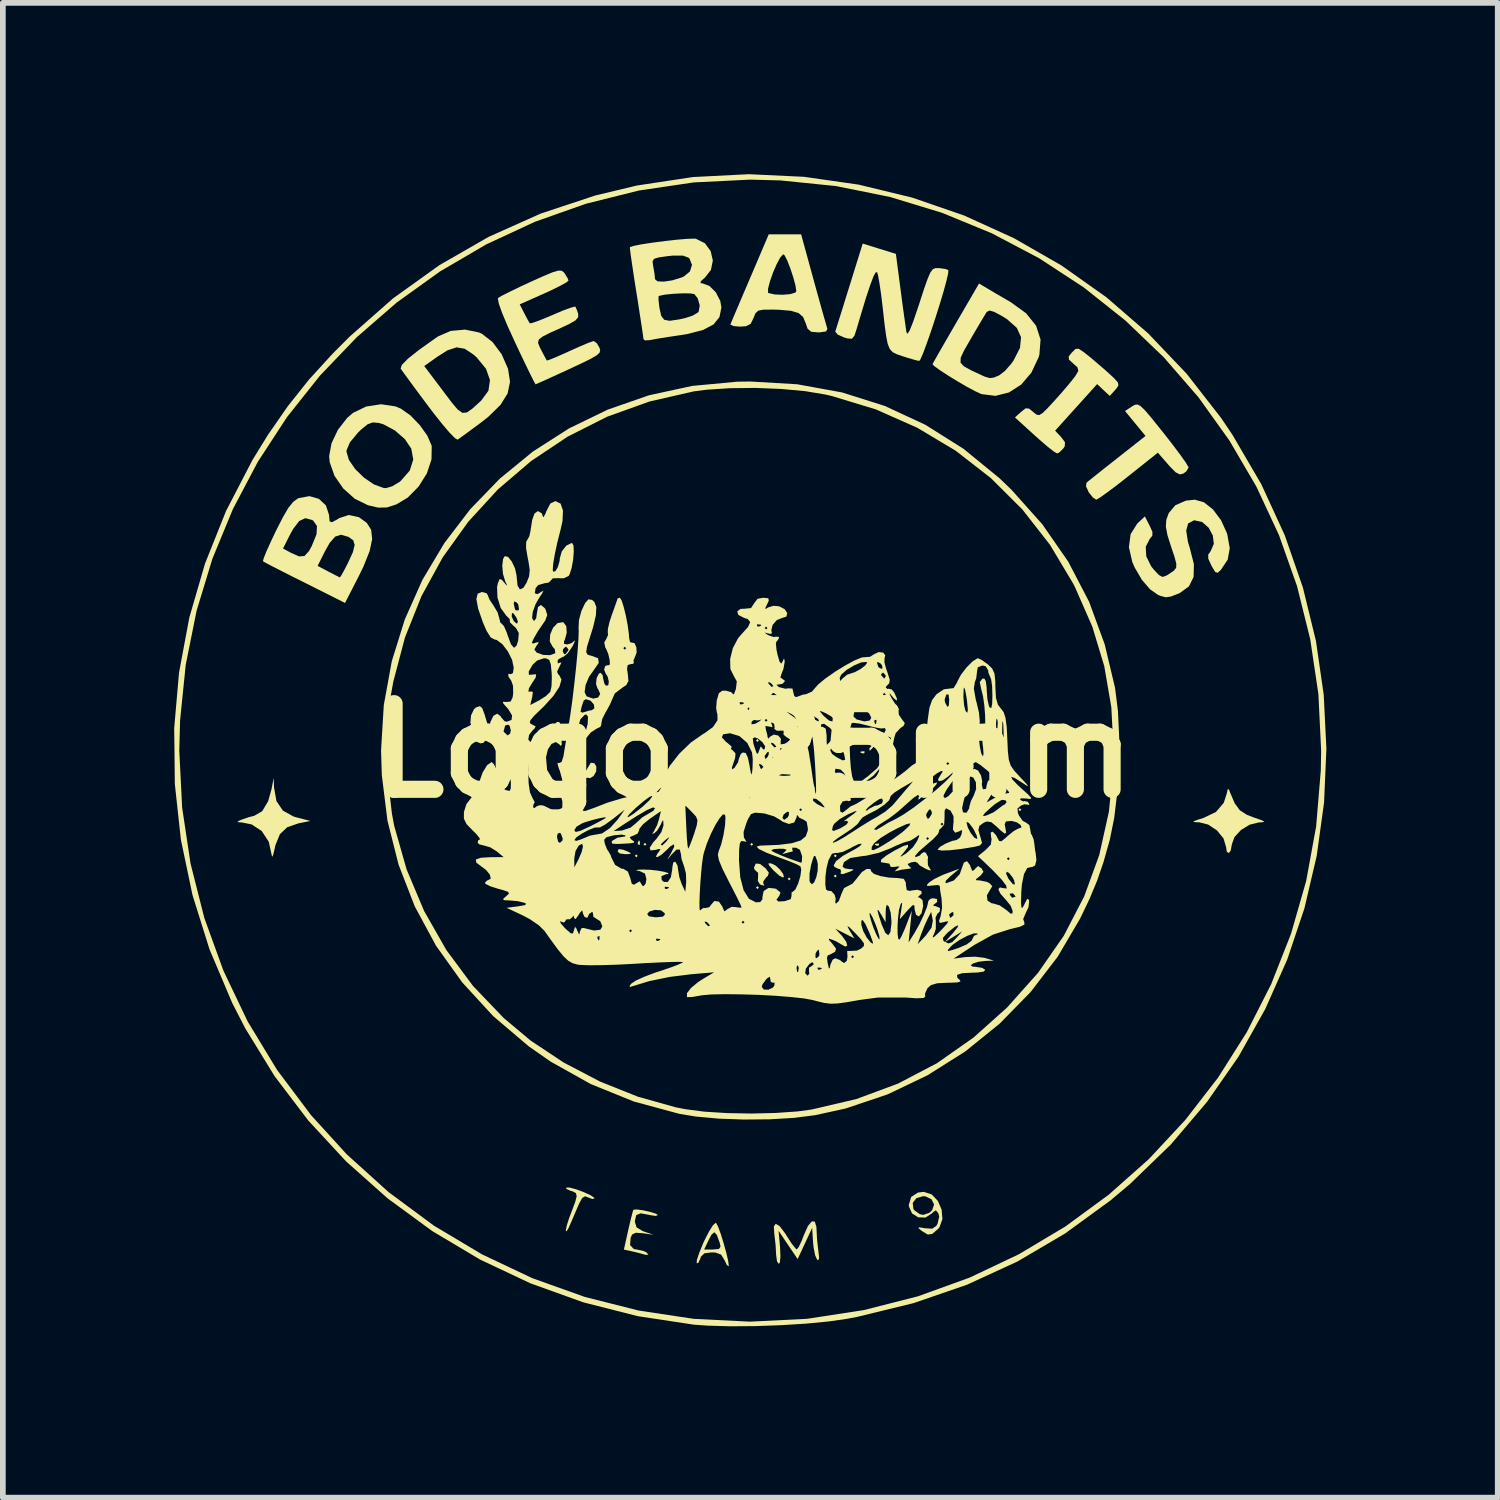
<source format=kicad_pcb>
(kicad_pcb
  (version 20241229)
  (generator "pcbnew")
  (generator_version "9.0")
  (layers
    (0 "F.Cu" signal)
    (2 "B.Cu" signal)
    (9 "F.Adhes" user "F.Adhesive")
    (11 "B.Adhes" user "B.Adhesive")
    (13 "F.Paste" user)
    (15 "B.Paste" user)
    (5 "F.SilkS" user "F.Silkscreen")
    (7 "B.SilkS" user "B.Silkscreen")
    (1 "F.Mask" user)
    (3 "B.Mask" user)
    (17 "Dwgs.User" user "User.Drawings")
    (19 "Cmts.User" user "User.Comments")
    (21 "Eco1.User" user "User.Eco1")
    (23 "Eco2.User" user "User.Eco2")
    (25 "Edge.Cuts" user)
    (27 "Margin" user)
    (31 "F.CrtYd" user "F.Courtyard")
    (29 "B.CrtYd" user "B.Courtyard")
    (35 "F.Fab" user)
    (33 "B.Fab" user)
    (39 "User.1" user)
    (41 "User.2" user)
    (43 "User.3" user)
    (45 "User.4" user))
  (footprint "Logo_25mm"
    (layer "F.Cu")
    (at 10.136 10.092)
    (property "Reference" "Logo_25mm" (at 0 0 0) (layer "F.SilkS") (effects (font (size 1.5 1.5) (thickness 0.3))))
    (attr board_only exclude_from_pos_files exclude_from_bom)
    (fp_poly (pts (xy -2.02 1.843) (xy -2.045 1.868) (xy -2.07 1.843) (xy -2.045 1.818)) (stroke (width 0) (type solid)) (fill yes) (layer "F.SilkS"))
    (fp_poly (pts (xy -1.868 1.641) (xy -1.894 1.666) (xy -1.919 1.641) (xy -1.894 1.616)) (stroke (width 0) (type solid)) (fill yes) (layer "F.SilkS"))
    (fp_poly (pts (xy 0 1.641) (xy -0.025 1.666) (xy -0.05 1.641) (xy -0.025 1.616)) (stroke (width 0) (type solid)) (fill yes) (layer "F.SilkS"))
    (fp_poly (pts (xy 0.101 -0.177) (xy 0.076 -0.151) (xy 0.05 -0.177) (xy 0.076 -0.202)) (stroke (width 0) (type solid)) (fill yes) (layer "F.SilkS"))
    (fp_poly (pts (xy 0.101 2.399) (xy 0.076 2.424) (xy 0.05 2.399) (xy 0.076 2.373)) (stroke (width 0) (type solid)) (fill yes) (layer "F.SilkS"))
    (fp_poly (pts (xy 0.656 2.247) (xy 0.631 2.272) (xy 0.606 2.247) (xy 0.631 2.222)) (stroke (width 0) (type solid)) (fill yes) (layer "F.SilkS"))
    (fp_poly (pts (xy 0.757 -0.732) (xy 0.732 -0.707) (xy 0.707 -0.732) (xy 0.732 -0.757)) (stroke (width 0) (type solid)) (fill yes) (layer "F.SilkS"))
    (fp_poly (pts (xy 1.464 1.843) (xy 1.439 1.868) (xy 1.414 1.843) (xy 1.439 1.818)) (stroke (width 0) (type solid)) (fill yes) (layer "F.SilkS"))
    (fp_poly (pts (xy 1.464 2.197) (xy 1.439 2.222) (xy 1.414 2.197) (xy 1.439 2.171)) (stroke (width 0) (type solid)) (fill yes) (layer "F.SilkS"))
    (fp_poly (pts (xy 1.818 -0.328) (xy 1.793 -0.303) (xy 1.767 -0.328) (xy 1.793 -0.353)) (stroke (width 0) (type solid)) (fill yes) (layer "F.SilkS"))
    (fp_poly (pts (xy 1.969 -0.278) (xy 1.944 -0.252) (xy 1.919 -0.278) (xy 1.944 -0.303)) (stroke (width 0) (type solid)) (fill yes) (layer "F.SilkS"))
    (fp_poly (pts (xy 4.696 1.035) (xy 4.671 1.06) (xy 4.646 1.035) (xy 4.671 1.01)) (stroke (width 0) (type solid)) (fill yes) (layer "F.SilkS"))
    (fp_poly (pts (xy -1.986 1.582) (xy -1.98 1.642) (xy -1.986 1.65) (xy -2.016 1.643) (xy -2.02 1.616) (xy -2.001 1.574)) (stroke (width 0) (type solid)) (fill yes) (layer "F.SilkS"))
    (fp_poly (pts (xy 1.953 0.017) (xy 1.946 0.047) (xy 1.919 0.05) (xy 1.877 0.032) (xy 1.885 0.017) (xy 1.945 0.011)) (stroke (width 0) (type solid)) (fill yes) (layer "F.SilkS"))
    (fp_poly (pts (xy 2.205 1.633) (xy 2.198 1.663) (xy 2.171 1.666) (xy 2.13 1.648) (xy 2.138 1.633) (xy 2.198 1.627)) (stroke (width 0) (type solid)) (fill yes) (layer "F.SilkS"))
    (fp_poly (pts (xy 4.357 0.643) (xy 4.368 0.656) (xy 4.386 0.702) (xy 4.338 0.685) (xy 4.292 0.656) (xy 4.253 0.616) (xy 4.277 0.607)) (stroke (width 0) (type solid)) (fill yes) (layer "F.SilkS"))
    (fp_poly (pts (xy -2.279 1.735) (xy -2.197 1.767) (xy -2.137 1.798) (xy -2.165 1.811) (xy -2.234 1.814) (xy -2.335 1.801) (xy -2.373 1.767) (xy -2.353 1.725)) (stroke (width 0) (type solid)) (fill yes) (layer "F.SilkS"))
    (fp_poly (pts (xy 2.105 -0.068) (xy 2.096 -0.05) (xy 2.048 -0.002) (xy 2.039 0) (xy 2.036 -0.033) (xy 2.045 -0.05) (xy 2.093 -0.099) (xy 2.102 -0.101)) (stroke (width 0) (type solid)) (fill yes) (layer "F.SilkS"))
    (fp_poly (pts (xy 2.963 0.79) (xy 2.954 0.808) (xy 2.906 0.856) (xy 2.898 0.858) (xy 2.894 0.826) (xy 2.904 0.808) (xy 2.951 0.76) (xy 2.96 0.757)) (stroke (width 0) (type solid)) (fill yes) (layer "F.SilkS"))
    (fp_poly (pts (xy 0.322 1.977) (xy 0.396 2.014) (xy 0.471 2.085) (xy 0.526 2.16) (xy 0.539 2.213) (xy 0.52 2.222) (xy 0.457 2.188) (xy 0.364 2.105) (xy 0.35 2.09) (xy 0.276 2.005) (xy 0.27 1.973)) (stroke (width 0) (type solid)) (fill yes) (layer "F.SilkS"))
    (fp_poly (pts (xy 0.122 1.985) (xy 0.22 2.063) (xy 0.221 2.063) (xy 0.276 2.14) (xy 0.259 2.193) (xy 0.229 2.22) (xy 0.178 2.292) (xy 0.18 2.329) (xy 0.196 2.365) (xy 0.152 2.355) (xy 0.119 2.342) (xy 0.083 2.281) (xy 0.087 2.219) (xy 0.088 2.14) (xy 0.065 2.121) (xy 0.022 2.08) (xy 0.017 2.045) (xy 0.047 1.978)) (stroke (width 0) (type solid)) (fill yes) (layer "F.SilkS"))
    (fp_poly (pts (xy -8.388 0.646) (xy -8.346 0.884) (xy -8.233 1.051) (xy -8.045 1.155) (xy -7.99 1.171) (xy -7.751 1.232) (xy -7.96 1.274) (xy -8.157 1.342) (xy -8.285 1.463) (xy -8.364 1.656) (xy -8.378 1.722) (xy -8.404 1.83) (xy -8.423 1.861) (xy -8.427 1.838) (xy -8.48 1.597) (xy -8.602 1.41) (xy -8.779 1.293) (xy -8.948 1.259) (xy -9.028 1.253) (xy -9.011 1.234) (xy -8.963 1.212) (xy -8.832 1.167) (xy -8.733 1.141) (xy -8.595 1.061) (xy -8.491 0.886) (xy -8.431 0.671) (xy -8.394 0.48)) (stroke (width 0) (type solid)) (fill yes) (layer "F.SilkS"))
    (fp_poly (pts (xy -3.101 7.681) (xy -2.967 7.73) (xy -2.849 7.784) (xy -2.782 7.829) (xy -2.777 7.84) (xy -2.814 7.852) (xy -2.879 7.827) (xy -2.943 7.804) (xy -2.992 7.833) (xy -3.045 7.929) (xy -3.082 8.014) (xy -3.171 8.224) (xy -3.228 8.353) (xy -3.262 8.412) (xy -3.276 8.414) (xy -3.279 8.397) (xy -3.263 8.318) (xy -3.22 8.182) (xy -3.181 8.08) (xy -3.115 7.906) (xy -3.089 7.802) (xy -3.102 7.748) (xy -3.156 7.719) (xy -3.192 7.709) (xy -3.267 7.676) (xy -3.275 7.652) (xy -3.215 7.651)) (stroke (width 0) (type solid)) (fill yes) (layer "F.SilkS"))
    (fp_poly (pts (xy 8.332 0.683) (xy 8.351 0.732) (xy 8.433 0.924) (xy 8.522 1.045) (xy 8.646 1.125) (xy 8.763 1.17) (xy 8.901 1.218) (xy 8.952 1.244) (xy 8.921 1.255) (xy 8.853 1.258) (xy 8.695 1.297) (xy 8.543 1.39) (xy 8.429 1.513) (xy 8.383 1.639) (xy 8.383 1.643) (xy 8.363 1.748) (xy 8.332 1.793) (xy 8.295 1.774) (xy 8.282 1.691) (xy 8.237 1.539) (xy 8.122 1.398) (xy 7.967 1.295) (xy 7.818 1.257) (xy 7.724 1.252) (xy 7.708 1.241) (xy 7.776 1.214) (xy 7.885 1.18) (xy 8.105 1.074) (xy 8.241 0.915) (xy 8.293 0.754) (xy 8.312 0.671)) (stroke (width 0) (type solid)) (fill yes) (layer "F.SilkS"))
    (fp_poly (pts (xy -1.928 8.049) (xy -1.803 8.077) (xy -1.703 8.108) (xy -1.666 8.133) (xy -1.708 8.148) (xy -1.811 8.132) (xy -1.825 8.128) (xy -1.971 8.102) (xy -2.047 8.135) (xy -2.07 8.238) (xy -2.07 8.252) (xy -2.04 8.348) (xy -1.933 8.413) (xy -1.906 8.423) (xy -1.742 8.478) (xy -1.927 8.451) (xy -2.054 8.442) (xy -2.118 8.473) (xy -2.144 8.529) (xy -2.154 8.658) (xy -2.088 8.728) (xy -2.03 8.737) (xy -1.912 8.764) (xy -1.868 8.786) (xy -1.832 8.825) (xy -1.878 8.83) (xy -1.944 8.812) (xy -2.029 8.789) (xy -2.129 8.766) (xy -2.262 8.737) (xy -2.186 8.395) (xy -2.146 8.224) (xy -2.114 8.097) (xy -2.097 8.04) (xy -2.096 8.04) (xy -2.039 8.034)) (stroke (width 0) (type solid)) (fill yes) (layer "F.SilkS"))
    (fp_poly (pts (xy -0.647 8.271) (xy -0.612 8.338) (xy -0.565 8.467) (xy -0.515 8.629) (xy -0.469 8.795) (xy -0.436 8.934) (xy -0.426 9.019) (xy -0.429 9.03) (xy -0.46 9.006) (xy -0.502 8.92) (xy -0.56 8.825) (xy -0.658 8.789) (xy -0.725 8.786) (xy -0.852 8.802) (xy -0.914 8.861) (xy -0.926 8.898) (xy -0.96 8.971) (xy -0.988 8.977) (xy -0.984 8.919) (xy -0.943 8.794) (xy -0.919 8.736) (xy -0.857 8.736) (xy -0.703 8.736) (xy -0.598 8.727) (xy -0.57 8.685) (xy -0.583 8.622) (xy -0.635 8.48) (xy -0.679 8.433) (xy -0.729 8.477) (xy -0.772 8.558) (xy -0.857 8.736) (xy -0.919 8.736) (xy -0.875 8.628) (xy -0.856 8.586) (xy -0.773 8.423) (xy -0.702 8.31) (xy -0.654 8.268)) (stroke (width 0) (type solid)) (fill yes) (layer "F.SilkS"))
    (fp_poly (pts (xy 6.782 -6.034) (xy 6.856 -5.963) (xy 6.963 -5.839) (xy 7.116 -5.649) (xy 7.19 -5.557) (xy 7.348 -5.354) (xy 7.48 -5.178) (xy 7.576 -5.043) (xy 7.622 -4.966) (xy 7.625 -4.956) (xy 7.586 -4.89) (xy 7.537 -4.852) (xy 7.472 -4.835) (xy 7.398 -4.873) (xy 7.294 -4.978) (xy 7.268 -5.008) (xy 7.087 -5.216) (xy 6.571 -4.805) (xy 6.375 -4.651) (xy 6.205 -4.524) (xy 6.079 -4.434) (xy 6.012 -4.394) (xy 6.008 -4.393) (xy 5.95 -4.431) (xy 5.877 -4.522) (xy 5.829 -4.627) (xy 5.838 -4.691) (xy 5.893 -4.736) (xy 6.011 -4.83) (xy 6.174 -4.96) (xy 6.366 -5.111) (xy 6.377 -5.12) (xy 6.871 -5.509) (xy 6.692 -5.727) (xy 6.512 -5.946) (xy 6.633 -6.025) (xy 6.683 -6.054) (xy 6.729 -6.06)) (stroke (width 0) (type solid)) (fill yes) (layer "F.SilkS"))
    (fp_poly (pts (xy 1.081 8.248) (xy 1.109 8.342) (xy 1.111 8.395) (xy 1.12 8.559) (xy 1.14 8.742) (xy 1.143 8.761) (xy 1.156 8.888) (xy 1.139 8.924) (xy 1.121 8.913) (xy 1.086 8.836) (xy 1.059 8.697) (xy 1.05 8.61) (xy 1.034 8.357) (xy 0.907 8.63) (xy 0.78 8.903) (xy 0.613 8.656) (xy 0.446 8.408) (xy 0.472 8.698) (xy 0.479 8.857) (xy 0.469 8.962) (xy 0.451 8.988) (xy 0.419 8.944) (xy 0.404 8.837) (xy 0.403 8.824) (xy 0.394 8.657) (xy 0.373 8.477) (xy 0.372 8.471) (xy 0.363 8.333) (xy 0.395 8.285) (xy 0.463 8.325) (xy 0.562 8.454) (xy 0.595 8.507) (xy 0.678 8.635) (xy 0.743 8.717) (xy 0.765 8.734) (xy 0.799 8.692) (xy 0.851 8.582) (xy 0.889 8.483) (xy 0.961 8.323) (xy 1.029 8.243)) (stroke (width 0) (type solid)) (fill yes) (layer "F.SilkS"))
    (fp_poly (pts (xy 3.127 7.771) (xy 3.235 7.885) (xy 3.301 8.038) (xy 3.315 8.202) (xy 3.264 8.345) (xy 3.237 8.377) (xy 3.136 8.463) (xy 3.057 8.473) (xy 2.956 8.412) (xy 2.951 8.409) (xy 2.893 8.359) (xy 2.911 8.347) (xy 3.013 8.364) (xy 3.136 8.371) (xy 3.207 8.322) (xy 3.229 8.286) (xy 3.259 8.161) (xy 3.243 8.101) (xy 3.201 8.049) (xy 3.152 8.08) (xy 3.133 8.102) (xy 3.019 8.176) (xy 2.891 8.172) (xy 2.783 8.104) (xy 2.728 7.981) (xy 2.727 7.953) (xy 2.737 7.92) (xy 2.795 7.92) (xy 2.806 8.023) (xy 2.824 8.05) (xy 2.92 8.117) (xy 2.979 8.13) (xy 3.084 8.094) (xy 3.134 8.05) (xy 3.169 7.948) (xy 3.124 7.856) (xy 3.017 7.805) (xy 2.979 7.802) (xy 2.859 7.836) (xy 2.795 7.92) (xy 2.737 7.92) (xy 2.768 7.815) (xy 2.885 7.739) (xy 2.988 7.726)) (stroke (width 0) (type solid)) (fill yes) (layer "F.SilkS"))
    (fp_poly (pts (xy 5.788 -6.978) (xy 5.801 -6.968) (xy 5.91 -6.881) (xy 6.057 -6.756) (xy 6.185 -6.645) (xy 6.317 -6.524) (xy 6.385 -6.449) (xy 6.397 -6.396) (xy 6.365 -6.344) (xy 6.34 -6.315) (xy 6.245 -6.21) (xy 6.134 -6.313) (xy 6.024 -6.417) (xy 5.656 -6.009) (xy 5.288 -5.601) (xy 5.393 -5.49) (xy 5.461 -5.399) (xy 5.457 -5.329) (xy 5.432 -5.29) (xy 5.361 -5.219) (xy 5.322 -5.203) (xy 5.267 -5.235) (xy 5.157 -5.321) (xy 5.012 -5.446) (xy 4.931 -5.518) (xy 4.585 -5.833) (xy 4.691 -5.929) (xy 4.772 -5.993) (xy 4.831 -5.988) (xy 4.904 -5.929) (xy 4.959 -5.884) (xy 5.007 -5.873) (xy 5.067 -5.908) (xy 5.158 -5.997) (xy 5.285 -6.135) (xy 5.427 -6.295) (xy 5.551 -6.442) (xy 5.634 -6.547) (xy 5.643 -6.559) (xy 5.695 -6.648) (xy 5.68 -6.709) (xy 5.608 -6.774) (xy 5.53 -6.846) (xy 5.526 -6.901) (xy 5.58 -6.968) (xy 5.645 -7.032) (xy 5.7 -7.036)) (stroke (width 0) (type solid)) (fill yes) (layer "F.SilkS"))
    (fp_poly (pts (xy -6.264 -6.027) (xy -6.167 -5.987) (xy -5.999 -5.868) (xy -5.836 -5.699) (xy -5.704 -5.514) (xy -5.63 -5.343) (xy -5.627 -5.328) (xy -5.631 -5.097) (xy -5.712 -4.853) (xy -5.857 -4.622) (xy -6.048 -4.429) (xy -6.247 -4.31) (xy -6.411 -4.257) (xy -6.564 -4.254) (xy -6.741 -4.295) (xy -6.973 -4.408) (xy -7.175 -4.588) (xy -7.329 -4.81) (xy -7.413 -5.048) (xy -7.423 -5.155) (xy -7.408 -5.236) (xy -7.12 -5.236) (xy -7.077 -5.089) (xy -6.966 -4.928) (xy -6.811 -4.777) (xy -6.638 -4.66) (xy -6.472 -4.599) (xy -6.43 -4.595) (xy -6.32 -4.627) (xy -6.191 -4.704) (xy -6.169 -4.722) (xy -6.011 -4.903) (xy -5.95 -5.096) (xy -5.985 -5.287) (xy -6.097 -5.453) (xy -6.272 -5.605) (xy -6.47 -5.712) (xy -6.556 -5.737) (xy -6.659 -5.746) (xy -6.747 -5.715) (xy -6.854 -5.629) (xy -6.918 -5.567) (xy -7.058 -5.399) (xy -7.118 -5.259) (xy -7.12 -5.236) (xy -7.408 -5.236) (xy -7.381 -5.382) (xy -7.269 -5.617) (xy -7.108 -5.824) (xy -7.005 -5.913) (xy -6.775 -6.024) (xy -6.515 -6.064)) (stroke (width 0) (type solid)) (fill yes) (layer "F.SilkS"))
    (fp_poly (pts (xy -4.801 -7.321) (xy -4.747 -7.297) (xy -4.562 -7.153) (xy -4.402 -6.939) (xy -4.291 -6.685) (xy -4.29 -6.68) (xy -4.256 -6.458) (xy -4.298 -6.253) (xy -4.422 -6.054) (xy -4.634 -5.846) (xy -4.762 -5.745) (xy -4.93 -5.621) (xy -5.069 -5.519) (xy -5.158 -5.455) (xy -5.176 -5.444) (xy -5.222 -5.472) (xy -5.316 -5.568) (xy -5.445 -5.72) (xy -5.599 -5.914) (xy -5.681 -6.022) (xy -5.843 -6.239) (xy -5.984 -6.43) (xy -6.093 -6.579) (xy -6.159 -6.671) (xy -6.171 -6.689) (xy -6.157 -6.733) (xy -5.758 -6.733) (xy -5.425 -6.292) (xy -5.276 -6.094) (xy -5.171 -5.97) (xy -5.089 -5.913) (xy -5.011 -5.92) (xy -4.918 -5.985) (xy -4.787 -6.104) (xy -4.759 -6.13) (xy -4.634 -6.301) (xy -4.607 -6.487) (xy -4.676 -6.684) (xy -4.84 -6.884) (xy -4.9 -6.937) (xy -5.05 -7.036) (xy -5.192 -7.06) (xy -5.351 -7.008) (xy -5.521 -6.901) (xy -5.758 -6.733) (xy -6.157 -6.733) (xy -6.15 -6.753) (xy -6.042 -6.863) (xy -5.845 -7.019) (xy -5.563 -7.22) (xy -5.514 -7.253) (xy -5.294 -7.348) (xy -5.042 -7.371)) (stroke (width 0) (type solid)) (fill yes) (layer "F.SilkS"))
    (fp_poly (pts (xy 1.059 -8.244) (xy 1.134 -7.972) (xy 1.201 -7.732) (xy 1.255 -7.542) (xy 1.29 -7.42) (xy 1.301 -7.385) (xy 1.278 -7.339) (xy 1.163 -7.322) (xy 1.143 -7.322) (xy 1.018 -7.333) (xy 0.955 -7.385) (xy 0.92 -7.485) (xy 0.876 -7.591) (xy 0.797 -7.66) (xy 0.664 -7.7) (xy 0.458 -7.718) (xy 0.346 -7.721) (xy 0.182 -7.72) (xy 0.091 -7.703) (xy 0.041 -7.656) (xy 0.008 -7.575) (xy -0.043 -7.471) (xy -0.124 -7.43) (xy -0.229 -7.423) (xy -0.343 -7.433) (xy -0.396 -7.459) (xy -0.396 -7.466) (xy -0.371 -7.525) (xy -0.314 -7.66) (xy -0.231 -7.855) (xy -0.162 -8.017) (xy 0.262 -8.017) (xy 0.269 -8.011) (xy 0.38 -7.986) (xy 0.519 -7.981) (xy 0.651 -7.992) (xy 0.739 -8.019) (xy 0.757 -8.042) (xy 0.741 -8.147) (xy 0.702 -8.291) (xy 0.651 -8.446) (xy 0.597 -8.583) (xy 0.551 -8.672) (xy 0.527 -8.69) (xy 0.475 -8.633) (xy 0.412 -8.515) (xy 0.348 -8.367) (xy 0.295 -8.215) (xy 0.262 -8.089) (xy 0.262 -8.017) (xy -0.162 -8.017) (xy -0.129 -8.094) (xy -0.052 -8.274) (xy 0.274 -9.039) (xy 0.558 -9.039) (xy 0.841 -9.039)) (stroke (width 0) (type solid)) (fill yes) (layer "F.SilkS"))
    (fp_poly (pts (xy 4.112 -8.085) (xy 4.249 -8.004) (xy 4.422 -7.903) (xy 4.506 -7.855) (xy 4.779 -7.658) (xy 4.955 -7.439) (xy 5.033 -7.197) (xy 5.013 -6.935) (xy 4.998 -6.884) (xy 4.872 -6.616) (xy 4.694 -6.408) (xy 4.479 -6.27) (xy 4.243 -6.211) (xy 4.003 -6.241) (xy 3.989 -6.246) (xy 3.887 -6.293) (xy 3.741 -6.371) (xy 3.575 -6.468) (xy 3.409 -6.57) (xy 3.267 -6.663) (xy 3.171 -6.733) (xy 3.141 -6.766) (xy 3.156 -6.793) (xy 3.632 -6.793) (xy 3.69 -6.728) (xy 3.812 -6.661) (xy 3.914 -6.613) (xy 4.055 -6.548) (xy 4.143 -6.522) (xy 4.216 -6.531) (xy 4.307 -6.569) (xy 4.406 -6.644) (xy 4.517 -6.769) (xy 4.561 -6.831) (xy 4.673 -7.051) (xy 4.692 -7.237) (xy 4.618 -7.401) (xy 4.447 -7.553) (xy 4.362 -7.606) (xy 4.221 -7.682) (xy 4.14 -7.705) (xy 4.093 -7.681) (xy 4.085 -7.671) (xy 4.04 -7.597) (xy 3.958 -7.46) (xy 3.855 -7.285) (xy 3.807 -7.202) (xy 3.695 -7.007) (xy 3.635 -6.879) (xy 3.632 -6.793) (xy 3.156 -6.793) (xy 3.171 -6.82) (xy 3.242 -6.946) (xy 3.346 -7.127) (xy 3.474 -7.348) (xy 3.556 -7.49) (xy 3.956 -8.178)) (stroke (width 0) (type solid)) (fill yes) (layer "F.SilkS"))
    (fp_poly (pts (xy 2.209 -8.787) (xy 2.5 -8.697) (xy 2.582 -8.073) (xy 2.615 -7.821) (xy 2.646 -7.596) (xy 2.671 -7.421) (xy 2.685 -7.323) (xy 2.685 -7.322) (xy 2.705 -7.299) (xy 2.743 -7.36) (xy 2.802 -7.508) (xy 2.884 -7.748) (xy 2.91 -7.827) (xy 2.993 -8.083) (xy 3.055 -8.258) (xy 3.102 -8.367) (xy 3.144 -8.425) (xy 3.189 -8.447) (xy 3.246 -8.448) (xy 3.254 -8.448) (xy 3.365 -8.433) (xy 3.419 -8.414) (xy 3.416 -8.357) (xy 3.386 -8.226) (xy 3.335 -8.039) (xy 3.268 -7.816) (xy 3.193 -7.578) (xy 3.115 -7.342) (xy 3.041 -7.13) (xy 2.978 -6.96) (xy 2.93 -6.851) (xy 2.908 -6.822) (xy 2.831 -6.84) (xy 2.696 -6.88) (xy 2.617 -6.905) (xy 2.516 -6.94) (xy 2.444 -6.976) (xy 2.393 -7.031) (xy 2.357 -7.12) (xy 2.329 -7.261) (xy 2.301 -7.47) (xy 2.27 -7.751) (xy 2.242 -7.983) (xy 2.213 -8.18) (xy 2.188 -8.32) (xy 2.172 -8.375) (xy 2.147 -8.374) (xy 2.107 -8.301) (xy 2.05 -8.149) (xy 1.972 -7.914) (xy 1.874 -7.589) (xy 1.816 -7.392) (xy 1.774 -7.263) (xy 1.73 -7.211) (xy 1.655 -7.216) (xy 1.589 -7.235) (xy 1.483 -7.283) (xy 1.439 -7.335) (xy 1.44 -7.342) (xy 1.461 -7.407) (xy 1.506 -7.551) (xy 1.57 -7.755) (xy 1.646 -8.001) (xy 1.689 -8.137) (xy 1.919 -8.877)) (stroke (width 0) (type solid)) (fill yes) (layer "F.SilkS"))
    (fp_poly (pts (xy 7.894 -4.347) (xy 8.053 -4.221) (xy 8.193 -4.034) (xy 8.296 -3.808) (xy 8.303 -3.783) (xy 8.346 -3.542) (xy 8.31 -3.344) (xy 8.192 -3.166) (xy 8.135 -3.114) (xy 8.092 -3.126) (xy 8.038 -3.215) (xy 8.023 -3.242) (xy 7.97 -3.359) (xy 7.969 -3.431) (xy 8.013 -3.494) (xy 8.067 -3.62) (xy 8.049 -3.766) (xy 7.976 -3.903) (xy 7.863 -4.002) (xy 7.727 -4.032) (xy 7.718 -4.031) (xy 7.617 -3.977) (xy 7.583 -3.852) (xy 7.614 -3.653) (xy 7.646 -3.548) (xy 7.718 -3.264) (xy 7.713 -3.041) (xy 7.631 -2.875) (xy 7.471 -2.759) (xy 7.446 -2.748) (xy 7.314 -2.697) (xy 7.226 -2.684) (xy 7.137 -2.707) (xy 7.091 -2.725) (xy 6.95 -2.824) (xy 6.806 -2.992) (xy 6.682 -3.204) (xy 6.639 -3.303) (xy 6.58 -3.562) (xy 6.61 -3.79) (xy 6.726 -3.974) (xy 6.738 -3.986) (xy 6.86 -4.1) (xy 6.941 -3.942) (xy 6.992 -3.83) (xy 6.99 -3.762) (xy 6.945 -3.706) (xy 6.875 -3.57) (xy 6.884 -3.401) (xy 6.97 -3.226) (xy 7.013 -3.172) (xy 7.106 -3.073) (xy 7.17 -3.04) (xy 7.238 -3.064) (xy 7.29 -3.097) (xy 7.369 -3.151) (xy 7.408 -3.202) (xy 7.41 -3.275) (xy 7.377 -3.397) (xy 7.322 -3.56) (xy 7.255 -3.771) (xy 7.227 -3.921) (xy 7.235 -4.04) (xy 7.277 -4.157) (xy 7.277 -4.158) (xy 7.392 -4.295) (xy 7.577 -4.376) (xy 7.735 -4.393)) (stroke (width 0) (type solid)) (fill yes) (layer "F.SilkS"))
    (fp_poly (pts (xy -7.603 -4.408) (xy -7.48 -4.293) (xy -7.424 -4.124) (xy -7.423 -4.094) (xy -7.414 -4.012) (xy -7.374 -3.998) (xy -7.28 -4.048) (xy -7.245 -4.071) (xy -7.078 -4.125) (xy -6.902 -4.087) (xy -6.765 -3.988) (xy -6.687 -3.865) (xy -6.67 -3.703) (xy -6.714 -3.493) (xy -6.822 -3.223) (xy -6.908 -3.047) (xy -7.145 -2.585) (xy -7.852 -2.94) (xy -8.096 -3.062) (xy -8.306 -3.169) (xy -8.433 -3.234) (xy -7.625 -3.234) (xy -7.436 -3.134) (xy -7.317 -3.072) (xy -7.244 -3.036) (xy -7.235 -3.032) (xy -7.207 -3.072) (xy -7.15 -3.176) (xy -7.096 -3.281) (xy -7.008 -3.472) (xy -6.976 -3.599) (xy -7.001 -3.682) (xy -7.082 -3.74) (xy -7.092 -3.744) (xy -7.216 -3.779) (xy -7.317 -3.747) (xy -7.414 -3.636) (xy -7.497 -3.488) (xy -7.625 -3.234) (xy -8.433 -3.234) (xy -8.467 -3.252) (xy -8.562 -3.303) (xy -8.582 -3.315) (xy -8.57 -3.366) (xy -8.521 -3.488) (xy -8.498 -3.538) (xy -8.231 -3.538) (xy -8.092 -3.463) (xy -7.95 -3.4) (xy -7.855 -3.407) (xy -7.776 -3.494) (xy -7.727 -3.583) (xy -7.644 -3.787) (xy -7.636 -3.932) (xy -7.702 -4.026) (xy -7.722 -4.038) (xy -7.84 -4.069) (xy -7.946 -4.02) (xy -8.052 -3.883) (xy -8.107 -3.783) (xy -8.231 -3.538) (xy -8.498 -3.538) (xy -8.442 -3.662) (xy -8.355 -3.846) (xy -8.232 -4.087) (xy -8.136 -4.251) (xy -8.054 -4.353) (xy -7.976 -4.411) (xy -7.957 -4.42) (xy -7.769 -4.455)) (stroke (width 0) (type solid)) (fill yes) (layer "F.SilkS"))
    (fp_poly (pts (xy -3.356 -8.403) (xy -3.318 -8.378) (xy -3.299 -8.355) (xy -3.246 -8.268) (xy -3.232 -8.228) (xy -3.275 -8.194) (xy -3.39 -8.131) (xy -3.557 -8.049) (xy -3.659 -8.003) (xy -4.086 -7.813) (xy -4.006 -7.656) (xy -3.948 -7.546) (xy -3.911 -7.482) (xy -3.909 -7.48) (xy -3.858 -7.49) (xy -3.738 -7.533) (xy -3.572 -7.601) (xy -3.512 -7.627) (xy -3.335 -7.702) (xy -3.197 -7.753) (xy -3.12 -7.774) (xy -3.112 -7.773) (xy -3.084 -7.712) (xy -3.063 -7.65) (xy -3.062 -7.589) (xy -3.108 -7.534) (xy -3.219 -7.469) (xy -3.347 -7.409) (xy -3.556 -7.315) (xy -3.686 -7.249) (xy -3.752 -7.197) (xy -3.766 -7.143) (xy -3.741 -7.075) (xy -3.71 -7.013) (xy -3.651 -6.9) (xy -3.615 -6.834) (xy -3.612 -6.829) (xy -3.565 -6.843) (xy -3.448 -6.891) (xy -3.284 -6.963) (xy -3.218 -6.993) (xy -3.036 -7.075) (xy -2.889 -7.137) (xy -2.8 -7.168) (xy -2.788 -7.171) (xy -2.735 -7.13) (xy -2.692 -7.058) (xy -2.677 -7.01) (xy -2.689 -6.966) (xy -2.742 -6.918) (xy -2.85 -6.856) (xy -3.026 -6.77) (xy -3.219 -6.68) (xy -3.439 -6.579) (xy -3.622 -6.495) (xy -3.751 -6.438) (xy -3.808 -6.413) (xy -3.809 -6.413) (xy -3.834 -6.456) (xy -3.894 -6.576) (xy -3.982 -6.756) (xy -4.09 -6.982) (xy -4.167 -7.146) (xy -4.297 -7.43) (xy -4.393 -7.659) (xy -4.452 -7.824) (xy -4.469 -7.913) (xy -4.465 -7.924) (xy -4.403 -7.962) (xy -4.268 -8.03) (xy -4.083 -8.12) (xy -3.893 -8.208) (xy -3.666 -8.31) (xy -3.512 -8.374) (xy -3.415 -8.403)) (stroke (width 0) (type solid)) (fill yes) (layer "F.SilkS"))
    (fp_poly (pts (xy -1.003 -8.962) (xy -0.844 -8.883) (xy -0.743 -8.746) (xy -0.705 -8.581) (xy -0.738 -8.416) (xy -0.84 -8.285) (xy -0.919 -8.214) (xy -0.917 -8.184) (xy -0.888 -8.181) (xy -0.765 -8.136) (xy -0.652 -8.023) (xy -0.575 -7.873) (xy -0.555 -7.758) (xy -0.589 -7.59) (xy -0.693 -7.461) (xy -0.878 -7.364) (xy -1.15 -7.294) (xy -1.271 -7.274) (xy -1.481 -7.243) (xy -1.663 -7.214) (xy -1.787 -7.191) (xy -1.805 -7.187) (xy -1.893 -7.182) (xy -1.919 -7.203) (xy -1.927 -7.265) (xy -1.948 -7.41) (xy -1.98 -7.617) (xy -2.019 -7.87) (xy -2.024 -7.902) (xy -1.657 -7.902) (xy -1.644 -7.784) (xy -1.636 -7.733) (xy -1.608 -7.61) (xy -1.556 -7.543) (xy -1.462 -7.525) (xy -1.302 -7.548) (xy -1.192 -7.572) (xy -1.056 -7.617) (xy -0.964 -7.672) (xy -0.953 -7.685) (xy -0.934 -7.794) (xy -0.97 -7.92) (xy -1.029 -7.993) (xy -1.1 -8.005) (xy -1.232 -8.006) (xy -1.391 -7.998) (xy -1.538 -7.984) (xy -1.637 -7.964) (xy -1.655 -7.955) (xy -1.657 -7.902) (xy -2.024 -7.902) (xy -2.044 -8.026) (xy -2.086 -8.293) (xy -2.12 -8.522) (xy -2.126 -8.564) (xy -1.76 -8.564) (xy -1.75 -8.484) (xy -1.747 -8.471) (xy -1.725 -8.34) (xy -1.717 -8.253) (xy -1.674 -8.216) (xy -1.564 -8.211) (xy -1.416 -8.233) (xy -1.257 -8.282) (xy -1.212 -8.301) (xy -1.106 -8.389) (xy -1.07 -8.504) (xy -1.113 -8.613) (xy -1.131 -8.631) (xy -1.229 -8.667) (xy -1.401 -8.667) (xy -1.492 -8.658) (xy -1.653 -8.635) (xy -1.735 -8.61) (xy -1.76 -8.564) (xy -2.126 -8.564) (xy -2.145 -8.695) (xy -2.157 -8.797) (xy -2.157 -8.815) (xy -2.09 -8.837) (xy -1.947 -8.865) (xy -1.756 -8.894) (xy -1.544 -8.922) (xy -1.335 -8.945) (xy -1.156 -8.96) (xy -1.033 -8.964)) (stroke (width 0) (type solid)) (fill yes) (layer "F.SilkS"))
    (fp_poly (pts (xy 0.771 -6.414) (xy 1.557 -6.271) (xy 2.306 -6.034) (xy 3.017 -5.704) (xy 3.688 -5.281) (xy 4.317 -4.766) (xy 4.521 -4.57) (xy 5.065 -3.961) (xy 5.519 -3.306) (xy 5.883 -2.606) (xy 6.157 -1.858) (xy 6.338 -1.096) (xy 6.388 -0.695) (xy 6.41 -0.235) (xy 6.406 0.252) (xy 6.376 0.736) (xy 6.322 1.184) (xy 6.245 1.565) (xy 6.243 1.57) (xy 6.135 1.953) (xy 6.023 2.279) (xy 5.891 2.596) (xy 5.726 2.941) (xy 5.333 3.609) (xy 4.861 4.225) (xy 4.317 4.781) (xy 3.712 5.27) (xy 3.054 5.685) (xy 2.354 6.02) (xy 1.619 6.267) (xy 1.086 6.384) (xy 0.716 6.431) (xy 0.29 6.456) (xy -0.162 6.46) (xy -0.605 6.444) (xy -1.009 6.407) (xy -1.288 6.361) (xy -2.09 6.144) (xy -2.842 5.839) (xy -3.543 5.447) (xy -3.93 5.177) (xy -4.551 4.649) (xy -5.092 4.06) (xy -5.551 3.418) (xy -5.924 2.728) (xy -6.208 1.995) (xy -6.402 1.226) (xy -6.501 0.427) (xy -6.514 0) (xy -6.503 -0.192) (xy -6.4 -0.192) (xy -6.396 0.26) (xy -6.37 0.703) (xy -6.324 1.103) (xy -6.285 1.313) (xy -6.067 2.08) (xy -5.76 2.809) (xy -5.371 3.492) (xy -4.904 4.121) (xy -4.365 4.684) (xy -3.896 5.077) (xy -3.313 5.464) (xy -2.678 5.796) (xy -2.017 6.06) (xy -1.358 6.245) (xy -1.187 6.279) (xy -0.855 6.322) (xy -0.458 6.347) (xy -0.031 6.355) (xy 0.393 6.345) (xy 0.779 6.318) (xy 1.029 6.284) (xy 1.809 6.101) (xy 2.537 5.831) (xy 3.219 5.474) (xy 3.859 5.025) (xy 4.448 4.498) (xy 4.991 3.889) (xy 5.441 3.241) (xy 5.797 2.554) (xy 6.061 1.829) (xy 6.231 1.065) (xy 6.307 0.263) (xy 6.312 0) (xy 6.272 -0.761) (xy 6.149 -1.477) (xy 5.939 -2.171) (xy 5.636 -2.862) (xy 5.605 -2.923) (xy 5.199 -3.602) (xy 4.716 -4.22) (xy 4.163 -4.771) (xy 3.546 -5.251) (xy 2.873 -5.653) (xy 2.149 -5.974) (xy 1.382 -6.207) (xy 1.262 -6.235) (xy 0.907 -6.294) (xy 0.487 -6.332) (xy 0.036 -6.35) (xy -0.41 -6.345) (xy -0.818 -6.318) (xy -1.035 -6.29) (xy -1.815 -6.112) (xy -2.555 -5.846) (xy -3.247 -5.497) (xy -3.887 -5.07) (xy -4.469 -4.572) (xy -4.986 -4.008) (xy -5.434 -3.384) (xy -5.806 -2.705) (xy -6.096 -1.979) (xy -6.299 -1.209) (xy -6.34 -0.985) (xy -6.382 -0.618) (xy -6.4 -0.192) (xy -6.503 -0.192) (xy -6.466 -0.797) (xy -6.326 -1.565) (xy -6.098 -2.297) (xy -5.79 -2.989) (xy -5.405 -3.634) (xy -4.951 -4.228) (xy -4.432 -4.764) (xy -3.855 -5.236) (xy -3.223 -5.641) (xy -2.545 -5.97) (xy -1.823 -6.221) (xy -1.066 -6.385) (xy -0.277 -6.459) (xy -0.05 -6.462)) (stroke (width 0) (type solid)) (fill yes) (layer "F.SilkS"))
    (fp_poly (pts (xy 0.894 -10.046) (xy 1.85 -9.909) (xy 2.786 -9.682) (xy 3.694 -9.369) (xy 4.568 -8.971) (xy 5.401 -8.493) (xy 6.187 -7.936) (xy 6.919 -7.303) (xy 7.591 -6.598) (xy 8.195 -5.823) (xy 8.393 -5.529) (xy 8.898 -4.664) (xy 9.309 -3.77) (xy 9.627 -2.853) (xy 9.855 -1.92) (xy 9.991 -0.978) (xy 10.038 -0.032) (xy 9.997 0.911) (xy 9.868 1.845) (xy 9.653 2.763) (xy 9.352 3.659) (xy 8.967 4.526) (xy 8.499 5.359) (xy 7.948 6.151) (xy 7.316 6.895) (xy 6.603 7.585) (xy 6.259 7.875) (xy 5.463 8.455) (xy 4.628 8.946) (xy 3.746 9.352) (xy 2.811 9.674) (xy 1.819 9.916) (xy 1.641 9.95) (xy 1.317 9.996) (xy 0.922 10.034) (xy 0.484 10.061) (xy 0.034 10.077) (xy -0.4 10.08) (xy -0.788 10.069) (xy -1.035 10.052) (xy -2.019 9.903) (xy -2.975 9.66) (xy -3.898 9.328) (xy -4.78 8.912) (xy -5.616 8.414) (xy -6.4 7.84) (xy -7.126 7.193) (xy -7.787 6.479) (xy -8.378 5.701) (xy -8.892 4.863) (xy -9.121 4.417) (xy -9.517 3.482) (xy -9.816 2.528) (xy -10.019 1.559) (xy -10.125 0.583) (xy -10.131 0) (xy -10.047 0) (xy -9.997 0.997) (xy -9.85 1.977) (xy -9.608 2.932) (xy -9.273 3.856) (xy -8.849 4.744) (xy -8.337 5.588) (xy -7.742 6.381) (xy -7.117 7.067) (xy -6.381 7.732) (xy -5.589 8.318) (xy -4.748 8.82) (xy -3.865 9.238) (xy -2.947 9.566) (xy -2.001 9.805) (xy -1.036 9.95) (xy -0.057 9.999) (xy 0.928 9.95) (xy 0.959 9.947) (xy 1.941 9.796) (xy 2.887 9.555) (xy 3.793 9.227) (xy 4.655 8.818) (xy 5.467 8.333) (xy 6.227 7.776) (xy 6.929 7.153) (xy 7.568 6.467) (xy 8.142 5.725) (xy 8.644 4.931) (xy 9.071 4.09) (xy 9.419 3.206) (xy 9.683 2.286) (xy 9.858 1.332) (xy 9.94 0.351) (xy 9.946 0) (xy 9.898 -0.988) (xy 9.755 -1.949) (xy 9.524 -2.879) (xy 9.208 -3.772) (xy 8.811 -4.624) (xy 8.339 -5.43) (xy 7.797 -6.187) (xy 7.188 -6.889) (xy 6.517 -7.531) (xy 5.789 -8.11) (xy 5.009 -8.62) (xy 4.18 -9.057) (xy 3.308 -9.416) (xy 2.398 -9.693) (xy 1.453 -9.884) (xy 0.479 -9.983) (xy -0.05 -9.997) (xy -1.039 -9.948) (xy -2 -9.806) (xy -2.929 -9.574) (xy -3.822 -9.258) (xy -4.674 -8.862) (xy -5.481 -8.39) (xy -6.237 -7.847) (xy -6.939 -7.238) (xy -7.582 -6.567) (xy -8.16 -5.84) (xy -8.67 -5.059) (xy -9.107 -4.231) (xy -9.467 -3.359) (xy -9.744 -2.448) (xy -9.934 -1.503) (xy -10.033 -0.529) (xy -10.047 0) (xy -10.131 0) (xy -10.136 -0.394) (xy -10.051 -1.367) (xy -9.871 -2.33) (xy -9.596 -3.275) (xy -9.228 -4.196) (xy -8.765 -5.089) (xy -8.494 -5.529) (xy -8.146 -6.031) (xy -7.775 -6.497) (xy -7.355 -6.957) (xy -7.062 -7.25) (xy -6.305 -7.917) (xy -5.493 -8.499) (xy -4.632 -8.994) (xy -3.722 -9.401) (xy -2.768 -9.718) (xy -2.033 -9.894) (xy -1.054 -10.042) (xy -0.076 -10.092)) (stroke (width 0) (type solid)) (fill yes) (layer "F.SilkS"))
    (fp_poly (pts (xy -3.371 -4.325) (xy -3.329 -4.204) (xy -3.337 -4.018) (xy -3.372 -3.863) (xy -3.427 -3.647) (xy -3.471 -3.442) (xy -3.5 -3.272) (xy -3.508 -3.161) (xy -3.501 -3.132) (xy -3.461 -3.141) (xy -3.418 -3.215) (xy -3.388 -3.319) (xy -3.384 -3.367) (xy -3.35 -3.487) (xy -3.269 -3.59) (xy -3.174 -3.636) (xy -3.171 -3.636) (xy -3.145 -3.592) (xy -3.14 -3.483) (xy -3.151 -3.341) (xy -3.177 -3.198) (xy -3.212 -3.088) (xy -3.23 -3.057) (xy -3.316 -3.017) (xy -3.409 -3.018) (xy -3.506 -3.017) (xy -3.535 -2.985) (xy -3.578 -2.942) (xy -3.656 -2.929) (xy -3.762 -2.898) (xy -3.808 -2.846) (xy -3.822 -2.755) (xy -3.774 -2.739) (xy -3.703 -2.783) (xy -3.67 -2.798) (xy -3.7 -2.741) (xy -3.734 -2.693) (xy -3.809 -2.564) (xy -3.857 -2.431) (xy -3.87 -2.325) (xy -3.843 -2.274) (xy -3.833 -2.272) (xy -3.798 -2.316) (xy -3.787 -2.396) (xy -3.766 -2.513) (xy -3.714 -2.549) (xy -3.647 -2.493) (xy -3.633 -2.47) (xy -3.604 -2.374) (xy -3.639 -2.278) (xy -3.673 -2.228) (xy -3.766 -2.092) (xy -3.835 -1.974) (xy -3.874 -1.89) (xy -3.855 -1.873) (xy -3.811 -1.887) (xy -3.752 -1.903) (xy -3.771 -1.863) (xy -3.79 -1.84) (xy -3.83 -1.769) (xy -3.792 -1.719) (xy -3.784 -1.714) (xy -3.674 -1.675) (xy -3.552 -1.671) (xy -3.469 -1.703) (xy -3.463 -1.711) (xy -3.467 -1.739) (xy -3.333 -1.739) (xy -3.308 -1.687) (xy -3.282 -1.692) (xy -3.234 -1.756) (xy -3.232 -1.77) (xy -3.27 -1.817) (xy -3.282 -1.818) (xy -3.327 -1.777) (xy -3.333 -1.739) (xy -3.467 -1.739) (xy -3.473 -1.776) (xy -3.51 -1.818) (xy -3.56 -1.911) (xy -3.553 -2.032) (xy -3.503 -2.15) (xy -3.424 -2.232) (xy -3.33 -2.248) (xy -3.321 -2.245) (xy -3.271 -2.179) (xy -3.263 -2.063) (xy -3.297 -1.938) (xy -3.311 -1.914) (xy -3.309 -1.868) (xy -3.252 -1.858) (xy -3.176 -1.883) (xy -3.139 -1.914) (xy -3.118 -1.927) (xy -3.142 -1.866) (xy -3.167 -1.818) (xy -3.244 -1.705) (xy -3.316 -1.645) (xy -3.331 -1.641) (xy -3.407 -1.6) (xy -3.424 -1.571) (xy -3.419 -1.526) (xy -3.386 -1.538) (xy -3.356 -1.542) (xy -3.389 -1.473) (xy -3.392 -1.468) (xy -3.433 -1.379) (xy -3.407 -1.328) (xy -3.394 -1.32) (xy -3.355 -1.243) (xy -3.391 -1.118) (xy -3.496 -0.958) (xy -3.663 -0.774) (xy -3.701 -0.738) (xy -3.835 -0.608) (xy -3.901 -0.528) (xy -3.909 -0.482) (xy -3.871 -0.457) (xy -3.807 -0.424) (xy -3.832 -0.38) (xy -3.858 -0.358) (xy -3.921 -0.276) (xy -3.937 -0.195) (xy -3.902 -0.152) (xy -3.892 -0.151) (xy -3.806 -0.135) (xy -3.776 -0.125) (xy -3.706 -0.149) (xy -3.617 -0.26) (xy -3.592 -0.301) (xy -3.505 -0.434) (xy -3.432 -0.502) (xy -3.388 -0.496) (xy -3.38 -0.467) (xy -3.374 -0.397) (xy -3.361 -0.268) (xy -3.357 -0.227) (xy -3.35 -0.107) (xy -3.367 -0.081) (xy -3.383 -0.101) (xy -3.452 -0.149) (xy -3.529 -0.117) (xy -3.593 -0.021) (xy -3.626 0.117) (xy -3.607 0.338) (xy -3.51 0.5) (xy -3.426 0.56) (xy -3.349 0.591) (xy -3.335 0.552) (xy -3.345 0.498) (xy -3.383 0.359) (xy -3.411 0.282) (xy -3.426 0.215) (xy -3.397 0.219) (xy -3.353 0.2) (xy -3.32 0.098) (xy -3.319 0.088) (xy -3.296 -0.054) (xy -3.263 -0.244) (xy -3.262 -0.254) (xy -3.08 -0.254) (xy -3.074 -0.169) (xy -3.039 -0.173) (xy -2.998 -0.212) (xy -2.936 -0.318) (xy -2.897 -0.463) (xy -2.896 -0.474) (xy -2.891 -0.593) (xy -2.918 -0.632) (xy -2.948 -0.627) (xy -3.024 -0.547) (xy -3.07 -0.391) (xy -3.08 -0.254) (xy -3.262 -0.254) (xy -3.24 -0.379) (xy -3.202 -0.613) (xy -3.193 -0.677) (xy -3.021 -0.677) (xy -2.984 -0.665) (xy -2.956 -0.674) (xy -2.858 -0.703) (xy -2.824 -0.707) (xy -2.779 -0.739) (xy -2.788 -0.808) (xy -2.842 -0.87) (xy -2.86 -0.879) (xy -2.928 -0.9) (xy -2.965 -0.876) (xy -2.998 -0.781) (xy -3.004 -0.762) (xy -3.021 -0.677) (xy -3.193 -0.677) (xy -3.164 -0.887) (xy -3.129 -1.18) (xy -3.098 -1.469) (xy -3.073 -1.734) (xy -3.058 -1.953) (xy -3.053 -2.104) (xy -3.056 -2.146) (xy -3.049 -2.285) (xy -3.006 -2.445) (xy -2.941 -2.583) (xy -2.883 -2.648) (xy -2.819 -2.638) (xy -2.779 -2.602) (xy -2.745 -2.514) (xy -2.752 -2.371) (xy -2.802 -2.158) (xy -2.858 -1.98) (xy -2.909 -1.815) (xy -2.922 -1.722) (xy -2.896 -1.678) (xy -2.827 -1.658) (xy -2.819 -1.657) (xy -2.714 -1.616) (xy -2.702 -1.536) (xy -2.781 -1.422) (xy -2.874 -1.29) (xy -2.933 -1.147) (xy -2.95 -1.023) (xy -2.916 -0.95) (xy -2.801 -0.91) (xy -2.714 -0.929) (xy -2.677 -0.991) (xy -2.714 -1.078) (xy -2.725 -1.089) (xy -2.75 -1.165) (xy -2.74 -1.267) (xy -2.702 -1.346) (xy -2.67 -1.363) (xy -2.634 -1.321) (xy -2.626 -1.265) (xy -2.603 -1.169) (xy -2.575 -1.136) (xy -2.536 -1.144) (xy -2.526 -1.209) (xy -2.546 -1.294) (xy -2.581 -1.349) (xy -2.609 -1.418) (xy -2.589 -1.482) (xy -2.538 -1.497) (xy -2.529 -1.492) (xy -2.507 -1.511) (xy -2.512 -1.589) (xy -2.536 -1.692) (xy -2.574 -1.783) (xy -2.58 -1.793) (xy -2.272 -1.793) (xy -2.247 -1.767) (xy -2.222 -1.793) (xy -2.247 -1.818) (xy -2.272 -1.793) (xy -2.58 -1.793) (xy -2.588 -1.805) (xy -2.606 -1.894) (xy -2.577 -1.942) (xy -2.539 -2.024) (xy -2.544 -2.061) (xy -2.543 -2.129) (xy -2.512 -2.26) (xy -2.473 -2.378) (xy -2.419 -2.527) (xy -2.383 -2.631) (xy -2.373 -2.663) (xy -2.336 -2.676) (xy -2.333 -2.676) (xy -2.303 -2.631) (xy -2.266 -2.516) (xy -2.227 -2.359) (xy -2.195 -2.191) (xy -2.175 -2.04) (xy -2.171 -1.976) (xy -2.155 -1.899) (xy -2.125 -1.891) (xy -2.076 -1.881) (xy -2.044 -1.809) (xy -2.039 -1.716) (xy -2.066 -1.647) (xy -2.096 -1.574) (xy -2.087 -1.548) (xy -2.098 -1.52) (xy -2.14 -1.515) (xy -2.196 -1.497) (xy -2.207 -1.427) (xy -2.194 -1.343) (xy -2.183 -1.218) (xy -2.221 -1.146) (xy -2.28 -1.108) (xy -2.421 -1.001) (xy -2.473 -0.884) (xy -2.504 -0.811) (xy -2.567 -0.695) (xy -2.583 -0.67) (xy -2.641 -0.553) (xy -2.658 -0.471) (xy -2.655 -0.461) (xy -2.674 -0.415) (xy -2.74 -0.384) (xy -2.844 -0.315) (xy -2.954 -0.179) (xy -3.05 -0.008) (xy -3.115 0.165) (xy -3.131 0.276) (xy -3.122 0.389) (xy -3.085 0.426) (xy -3.023 0.417) (xy -2.926 0.355) (xy -2.891 0.295) (xy -2.842 0.213) (xy -2.78 0.221) (xy -2.745 0.278) (xy -2.747 0.365) (xy -2.793 0.446) (xy -2.857 0.484) (xy -2.883 0.477) (xy -2.957 0.477) (xy -3.029 0.504) (xy -3.101 0.575) (xy -3.129 0.702) (xy -3.131 0.763) (xy -3.113 0.948) (xy -3.053 1.044) (xy -2.94 1.058) (xy -2.773 0.999) (xy -2.55 0.912) (xy -2.29 0.834) (xy -2.033 0.774) (xy -1.819 0.744) (xy -1.78 0.742) (xy -1.655 0.722) (xy -1.615 0.661) (xy -1.615 0.66) (xy -1.571 0.476) (xy -1.458 0.266) (xy -1.291 0.053) (xy -1.091 -0.14) (xy -0.958 -0.233) (xy -0.547 -0.233) (xy -0.474 -0.152) (xy -0.443 -0.129) (xy -0.378 -0.073) (xy -0.38 -0.05) (xy -0.388 -0.029) (xy -0.354 -0.001) (xy -0.308 0.049) (xy -0.315 0.133) (xy -0.339 0.203) (xy -0.373 0.304) (xy -0.364 0.328) (xy -0.325 0.301) (xy -0.262 0.203) (xy -0.252 0.151) (xy -0.216 0.06) (xy -0.179 0.033) (xy -0.128 0.043) (xy -0.09 0.128) (xy -0.066 0.242) (xy -0.042 0.379) (xy -0.028 0.422) (xy -0.017 0.38) (xy -0.01 0.309) (xy -0.008 0.241) (xy 0.101 0.241) (xy 0.134 0.318) (xy 0.18 0.375) (xy 0.266 0.446) (xy 0.302 0.444) (xy 0.303 0.437) (xy 0.301 0.434) (xy 0.451 0.434) (xy 0.521 0.442) (xy 0.555 0.443) (xy 0.647 0.437) (xy 0.658 0.424) (xy 0.644 0.42) (xy 0.516 0.412) (xy 0.467 0.42) (xy 0.451 0.434) (xy 0.301 0.434) (xy 0.274 0.391) (xy 0.203 0.304) (xy 0.202 0.303) (xy 0.162 0.265) (xy 0.286 0.265) (xy 0.346 0.297) (xy 0.435 0.3) (xy 0.498 0.274) (xy 0.505 0.258) (xy 0.462 0.226) (xy 0.384 0.22) (xy 0.3 0.238) (xy 0.286 0.265) (xy 0.162 0.265) (xy 0.133 0.238) (xy 0.101 0.238) (xy 0.101 0.241) (xy -0.008 0.241) (xy -0.006 0.156) (xy -0.011 0.104) (xy 0.202 0.104) (xy 0.218 0.15) (xy 0.231 0.136) (xy 0.335 0.136) (xy 0.404 0.144) (xy 0.476 0.136) (xy 0.467 0.118) (xy 0.364 0.111) (xy 0.341 0.118) (xy 0.335 0.136) (xy 0.231 0.136) (xy 0.255 0.11) (xy 0.271 0.076) (xy 0.555 0.076) (xy 0.581 0.101) (xy 0.606 0.076) (xy 0.581 0.05) (xy 0.555 0.076) (xy 0.271 0.076) (xy 0.272 0.073) (xy 0.275 0.021) (xy 0.252 0.026) (xy 0.204 0.09) (xy 0.202 0.104) (xy -0.011 0.104) (xy -0.02 0.03) (xy -0.102 -0.134) (xy -0.192 -0.213) (xy -0.006 -0.213) (xy 0.005 -0.126) (xy 0.022 -0.068) (xy 0.059 0.039) (xy 0.082 0.059) (xy 0.106 -0.001) (xy 0.109 -0.011) (xy 0.134 -0.074) (xy 0.146 -0.06) (xy 0.18 -0.018) (xy 0.202 -0.025) (xy 0.204 -0.034) (xy 0.471 -0.034) (xy 0.478 -0.004) (xy 0.505 0) (xy 0.547 -0.018) (xy 0.539 -0.034) (xy 0.479 -0.04) (xy 0.471 -0.034) (xy 0.204 -0.034) (xy 0.211 -0.076) (xy 0.17 -0.137) (xy 0.311 -0.137) (xy 0.323 -0.109) (xy 0.374 -0.055) (xy 0.403 -0.066) (xy 0.404 -0.073) (xy 0.368 -0.115) (xy 0.346 -0.131) (xy 0.311 -0.137) (xy 0.17 -0.137) (xy 0.162 -0.149) (xy 0.083 -0.212) (xy 0.028 -0.232) (xy -0.006 -0.213) (xy -0.192 -0.213) (xy -0.24 -0.254) (xy -0.4 -0.303) (xy -0.406 -0.303) (xy -0.524 -0.285) (xy -0.547 -0.233) (xy -0.958 -0.233) (xy -0.875 -0.291) (xy -0.849 -0.305) (xy -0.702 -0.412) (xy -0.69 -0.431) (xy 0.216 -0.431) (xy 0.222 -0.375) (xy 0.25 -0.27) (xy 0.253 -0.236) (xy 0.269 -0.209) (xy 0.295 -0.242) (xy 0.362 -0.28) (xy 0.441 -0.263) (xy 0.487 -0.208) (xy 0.484 -0.17) (xy 0.483 -0.109) (xy 0.549 -0.118) (xy 0.605 -0.15) (xy 0.65 -0.192) (xy 0.603 -0.226) (xy 0.592 -0.23) (xy 0.533 -0.278) (xy 0.534 -0.31) (xy 0.534 -0.348) (xy 0.521 -0.349) (xy 0.418 -0.347) (xy 0.371 -0.379) (xy 0.377 -0.4) (xy 0.369 -0.464) (xy 0.347 -0.484) (xy 0.312 -0.491) (xy 0.329 -0.454) (xy 0.34 -0.409) (xy 0.28 -0.421) (xy 0.216 -0.431) (xy -0.69 -0.431) (xy -0.67 -0.46) (xy -0.029 -0.46) (xy 0.031 -0.468) (xy 0.101 -0.505) (xy 0.131 -0.53) (xy 0.202 -0.53) (xy 0.227 -0.505) (xy 0.252 -0.53) (xy 0.227 -0.555) (xy 0.202 -0.53) (xy 0.131 -0.53) (xy 0.148 -0.544) (xy 0.103 -0.555) (xy 0.091 -0.555) (xy 0.000046 -0.529) (xy -0.025 -0.505) (xy -0.029 -0.46) (xy -0.67 -0.46) (xy -0.623 -0.532) (xy -0.625 -0.645) (xy -0.633 -0.659) (xy -0.645 -0.732) (xy -0.101 -0.732) (xy -0.076 -0.707) (xy -0.05 -0.732) (xy -0.076 -0.757) (xy -0.101 -0.732) (xy -0.645 -0.732) (xy -0.647 -0.742) (xy -0.639 -0.842) (xy -0.236 -0.842) (xy -0.229 -0.812) (xy -0.202 -0.808) (xy -0.16 -0.826) (xy -0.166 -0.837) (xy 0.513 -0.837) (xy 0.549 -0.791) (xy 0.586 -0.725) (xy 0.574 -0.706) (xy 0.583 -0.682) (xy 0.659 -0.624) (xy 0.698 -0.598) (xy 0.801 -0.52) (xy 0.82 -0.469) (xy 0.799 -0.448) (xy 0.768 -0.412) (xy 0.787 -0.405) (xy 0.856 -0.356) (xy 0.919 -0.212) (xy 0.976 0.031) (xy 1.018 0.303) (xy 1.047 0.503) (xy 1.073 0.658) (xy 1.092 0.746) (xy 1.098 0.757) (xy 1.103 0.711) (xy 1.101 0.583) (xy 1.093 0.397) (xy 1.083 0.215) (xy 1.067 -0.004) (xy 1.351 -0.004) (xy 1.383 0.059) (xy 1.454 0.111) (xy 1.567 0.172) (xy 1.613 0.159) (xy 1.596 0.072) (xy 1.594 0.065) (xy 1.564 -0.022) (xy 1.558 -0.05) (xy 1.529 -0.106) (xy 1.502 -0.142) (xy 1.451 -0.174) (xy 1.401 -0.123) (xy 1.384 -0.092) (xy 1.351 -0.004) (xy 1.067 -0.004) (xy 1.064 -0.036) (xy 1.043 -0.211) (xy 1.012 -0.334) (xy 0.967 -0.429) (xy 0.948 -0.457) (xy 1.188 -0.457) (xy 1.192 -0.415) (xy 1.221 -0.415) (xy 1.272 -0.383) (xy 1.287 -0.265) (xy 1.288 -0.153) (xy 1.292 -0.101) (xy 1.292 -0.101) (xy 1.325 -0.133) (xy 1.381 -0.193) (xy 1.431 -0.263) (xy 1.419 -0.321) (xy 1.343 -0.399) (xy 1.243 -0.47) (xy 1.188 -0.457) (xy 0.948 -0.457) (xy 0.916 -0.505) (xy 2.121 -0.505) (xy 2.139 -0.463) (xy 2.155 -0.471) (xy 2.161 -0.531) (xy 2.155 -0.539) (xy 2.125 -0.532) (xy 2.121 -0.505) (xy 0.916 -0.505) (xy 0.859 -0.585) (xy 1.025 -0.585) (xy 1.06 -0.555) (xy 1.141 -0.51) (xy 1.152 -0.527) (xy 1.136 -0.555) (xy 1.062 -0.603) (xy 1.045 -0.605) (xy 1.025 -0.585) (xy 0.859 -0.585) (xy 0.834 -0.621) (xy 0.8 -0.682) (xy 1.172 -0.682) (xy 1.233 -0.61) (xy 1.33 -0.526) (xy 1.395 -0.508) (xy 1.414 -0.547) (xy 1.373 -0.596) (xy 1.371 -0.597) (xy 1.757 -0.597) (xy 1.812 -0.546) (xy 1.948 -0.511) (xy 2.042 -0.526) (xy 2.07 -0.575) (xy 2.032 -0.65) (xy 1.943 -0.728) (xy 1.852 -0.781) (xy 1.806 -0.768) (xy 1.773 -0.696) (xy 1.757 -0.597) (xy 1.371 -0.597) (xy 1.276 -0.653) (xy 1.183 -0.693) (xy 1.172 -0.682) (xy 0.8 -0.682) (xy 0.788 -0.704) (xy 0.783 -0.72) (xy 0.759 -0.749) (xy 0.757 -0.749) (xy 0.699 -0.764) (xy 0.606 -0.808) (xy 0.522 -0.849) (xy 0.513 -0.837) (xy -0.166 -0.837) (xy -0.168 -0.842) (xy -0.228 -0.848) (xy -0.236 -0.842) (xy -0.639 -0.842) (xy -0.637 -0.872) (xy -0.635 -0.884) (xy 2.323 -0.884) (xy 2.348 -0.858) (xy 2.373 -0.884) (xy 2.348 -0.909) (xy 2.323 -0.884) (xy -0.635 -0.884) (xy -0.634 -0.886) (xy -0.607 -0.979) (xy 0.32 -0.979) (xy 0.328 -0.959) (xy 0.395 -0.911) (xy 0.41 -0.909) (xy 0.437 -0.94) (xy 0.429 -0.959) (xy 0.362 -1.008) (xy 0.348 -1.01) (xy 0.32 -0.979) (xy -0.607 -0.979) (xy -0.6 -1.004) (xy -0.542 -1.047) (xy -0.478 -1.049) (xy -0.382 -1.023) (xy -0.349 -0.986) (xy -0.334 -0.99) (xy -0.304 -1.07) (xy -0.301 -1.079) (xy -0.287 -1.197) (xy 0.261 -1.197) (xy 0.273 -1.169) (xy 0.324 -1.115) (xy 0.353 -1.126) (xy 0.353 -1.133) (xy 0.318 -1.176) (xy 0.295 -1.192) (xy 0.261 -1.197) (xy -0.287 -1.197) (xy -0.285 -1.211) (xy -0.336 -1.303) (xy -0.398 -1.429) (xy -0.402 -1.603) (xy -0.355 -1.793) (xy -0.263 -1.967) (xy -0.204 -2.036) (xy -0.104 -2.146) (xy 0.202 -2.146) (xy 0.227 -2.121) (xy 0.252 -2.146) (xy 0.227 -2.171) (xy 0.202 -2.146) (xy -0.104 -2.146) (xy -0.087 -2.165) (xy -0.07 -2.205) (xy 0.067 -2.205) (xy 0.074 -2.175) (xy 0.101 -2.171) (xy 0.143 -2.19) (xy 0.135 -2.205) (xy 0.075 -2.211) (xy 0.067 -2.205) (xy -0.07 -2.205) (xy -0.051 -2.25) (xy -0.093 -2.303) (xy -0.161 -2.325) (xy -0.258 -2.375) (xy -0.277 -2.438) (xy -0.219 -2.481) (xy -0.145 -2.484) (xy -0.036 -2.495) (xy 0.014 -2.573) (xy 0.077 -2.657) (xy 0.174 -2.676) (xy 0.266 -2.668) (xy 0.275 -2.623) (xy 0.246 -2.563) (xy 0.21 -2.487) (xy 0.229 -2.484) (xy 0.257 -2.504) (xy 0.358 -2.535) (xy 0.454 -2.527) (xy 0.553 -2.476) (xy 0.598 -2.406) (xy 0.582 -2.345) (xy 0.51 -2.323) (xy 0.415 -2.285) (xy 0.341 -2.199) (xy 0.318 -2.103) (xy 0.329 -2.07) (xy 0.317 -2.042) (xy 0.268 -2.05) (xy 0.205 -2.067) (xy 0.229 -2.045) (xy 0.266 -2.021) (xy 0.359 -1.988) (xy 0.404 -1.995) (xy 0.451 -1.99) (xy 0.454 -1.972) (xy 0.424 -1.921) (xy 0.413 -1.919) (xy 0.399 -1.875) (xy 0.41 -1.764) (xy 0.425 -1.691) (xy 0.462 -1.56) (xy 0.491 -1.522) (xy 0.513 -1.552) (xy 0.541 -1.614) (xy 0.551 -1.579) (xy 0.552 -1.549) (xy 0.531 -1.429) (xy 0.503 -1.36) (xy 0.477 -1.28) (xy 0.503 -1.262) (xy 0.554 -1.225) (xy 0.555 -1.212) (xy 0.514 -1.169) (xy 0.467 -1.161) (xy 0.409 -1.152) (xy 0.445 -1.117) (xy 0.454 -1.111) (xy 0.566 -1.083) (xy 0.619 -1.09) (xy 0.689 -1.086) (xy 0.707 -1.01) (xy 0.726 -0.936) (xy 0.769 -0.941) (xy 0.872 -0.979) (xy 0.912 -0.985) (xy 2.272 -0.985) (xy 2.298 -0.959) (xy 2.323 -0.985) (xy 2.298 -1.01) (xy 2.272 -0.985) (xy 0.912 -0.985) (xy 0.927 -0.987) (xy 1.031 -1.033) (xy 1.068 -1.077) (xy 1.143 -1.161) (xy 1.273 -1.268) (xy 1.283 -1.274) (xy 1.516 -1.274) (xy 1.525 -1.217) (xy 1.56 -1.256) (xy 1.562 -1.259) (xy 1.648 -1.33) (xy 1.656 -1.332) (xy 2.239 -1.332) (xy 2.247 -1.313) (xy 2.292 -1.265) (xy 2.301 -1.262) (xy 2.322 -1.301) (xy 2.323 -1.313) (xy 2.284 -1.361) (xy 2.269 -1.363) (xy 2.239 -1.332) (xy 1.656 -1.332) (xy 1.69 -1.343) (xy 1.786 -1.375) (xy 1.887 -1.431) (xy 1.967 -1.493) (xy 1.992 -1.533) (xy 2.171 -1.533) (xy 2.196 -1.459) (xy 2.246 -1.431) (xy 2.265 -1.44) (xy 2.258 -1.492) (xy 2.231 -1.526) (xy 2.18 -1.554) (xy 2.171 -1.533) (xy 1.992 -1.533) (xy 1.996 -1.54) (xy 1.985 -1.552) (xy 1.893 -1.544) (xy 1.766 -1.49) (xy 1.638 -1.413) (xy 1.544 -1.33) (xy 1.516 -1.274) (xy 1.283 -1.274) (xy 1.438 -1.382) (xy 1.613 -1.49) (xy 1.776 -1.578) (xy 1.905 -1.631) (xy 1.976 -1.637) (xy 2.048 -1.642) (xy 2.113 -1.684) (xy 2.198 -1.725) (xy 2.278 -1.716) (xy 2.315 -1.667) (xy 2.302 -1.624) (xy 2.299 -1.547) (xy 2.333 -1.421) (xy 2.349 -1.379) (xy 2.393 -1.24) (xy 2.382 -1.173) (xy 2.376 -1.171) (xy 2.325 -1.117) (xy 2.323 -1.104) (xy 2.354 -1.077) (xy 2.371 -1.084) (xy 2.428 -1.07) (xy 2.472 -1.015) (xy 2.519 -0.909) (xy 2.515 -0.874) (xy 2.462 -0.918) (xy 2.446 -0.937) (xy 2.392 -1.003) (xy 2.392 -0.985) (xy 2.421 -0.924) (xy 2.483 -0.825) (xy 2.526 -0.782) (xy 2.554 -0.72) (xy 2.546 -0.7) (xy 2.552 -0.629) (xy 2.6 -0.556) (xy 2.656 -0.481) (xy 2.634 -0.432) (xy 2.58 -0.395) (xy 2.497 -0.305) (xy 2.473 -0.228) (xy 2.44 -0.07) (xy 2.357 0.109) (xy 2.241 0.285) (xy 2.11 0.435) (xy 1.983 0.532) (xy 1.902 0.555) (xy 1.901 0.533) (xy 1.97 0.479) (xy 2 0.459) (xy 2.171 0.31) (xy 2.315 0.101) (xy 2.4 -0.114) (xy 2.413 -0.222) (xy 2.374 -0.245) (xy 2.28 -0.185) (xy 2.255 -0.164) (xy 2.195 -0.12) (xy 2.191 -0.139) (xy 2.191 -0.139) (xy 2.191 -0.196) (xy 2.162 -0.205) (xy 2.15 -0.222) (xy 2.209 -0.254) (xy 2.297 -0.311) (xy 2.323 -0.36) (xy 2.305 -0.398) (xy 2.293 -0.391) (xy 2.232 -0.388) (xy 2.108 -0.411) (xy 2.011 -0.437) (xy 1.862 -0.473) (xy 1.755 -0.486) (xy 1.725 -0.479) (xy 1.703 -0.406) (xy 1.692 -0.262) (xy 1.691 -0.076) (xy 1.698 0.125) (xy 1.712 0.31) (xy 1.734 0.452) (xy 1.757 0.518) (xy 1.794 0.585) (xy 1.748 0.622) (xy 1.747 0.622) (xy 1.682 0.607) (xy 1.641 0.506) (xy 1.593 0.392) (xy 1.53 0.331) (xy 1.443 0.317) (xy 1.431 0.367) (xy 1.485 0.462) (xy 1.543 0.53) (xy 1.569 0.529) (xy 1.586 0.541) (xy 1.623 0.616) (xy 1.666 0.719) (xy 1.701 0.817) (xy 1.713 0.869) (xy 1.679 0.886) (xy 1.642 0.877) (xy 1.568 0.89) (xy 1.522 0.967) (xy 1.525 1.066) (xy 1.566 1.088) (xy 1.618 1.049) (xy 1.969 1.049) (xy 1.997 1.048) (xy 2.03 1.02) (xy 2.131 0.967) (xy 2.181 0.959) (xy 2.258 0.923) (xy 2.272 0.88) (xy 2.259 0.838) (xy 2.205 0.853) (xy 2.121 0.909) (xy 2.022 0.987) (xy 1.971 1.043) (xy 1.969 1.049) (xy 1.618 1.049) (xy 1.627 1.042) (xy 1.707 0.977) (xy 1.748 0.959) (xy 1.805 0.933) (xy 1.924 0.862) (xy 2.082 0.762) (xy 2.257 0.647) (xy 2.429 0.531) (xy 2.575 0.428) (xy 2.674 0.353) (xy 2.702 0.328) (xy 2.716 0.316) (xy 3.851 0.316) (xy 3.852 0.326) (xy 3.878 0.321) (xy 3.939 0.349) (xy 3.991 0.436) (xy 4.012 0.54) (xy 4.004 0.588) (xy 4.019 0.664) (xy 4.036 0.68) (xy 4.079 0.667) (xy 4.09 0.605) (xy 4.114 0.526) (xy 4.153 0.518) (xy 4.214 0.582) (xy 4.202 0.7) (xy 4.157 0.795) (xy 4.088 0.908) (xy 4.253 0.816) (xy 4.378 0.76) (xy 4.472 0.743) (xy 4.483 0.745) (xy 4.479 0.724) (xy 4.414 0.648) (xy 4.301 0.533) (xy 4.251 0.484) (xy 4.105 0.352) (xy 3.983 0.254) (xy 3.904 0.204) (xy 3.893 0.202) (xy 3.854 0.229) (xy 3.86 0.248) (xy 3.86 0.308) (xy 3.851 0.316) (xy 2.716 0.316) (xy 2.785 0.258) (xy 2.835 0.227) (xy 3.383 0.227) (xy 3.409 0.252) (xy 3.434 0.227) (xy 3.409 0.202) (xy 3.383 0.227) (xy 2.835 0.227) (xy 2.861 0.211) (xy 2.913 0.174) (xy 2.952 0.117) (xy 2.983 0.023) (xy 3.01 -0.127) (xy 3.037 -0.349) (xy 3.059 -0.551) (xy 3.088 -0.752) (xy 3.134 -0.884) (xy 3.14 -0.892) (xy 3.353 -0.892) (xy 3.362 -0.842) (xy 3.402 -0.765) (xy 3.427 -0.788) (xy 3.434 -0.894) (xy 3.427 -0.94) (xy 3.682 -0.94) (xy 3.694 -0.794) (xy 3.719 -0.695) (xy 3.722 -0.691) (xy 3.752 -0.662) (xy 3.76 -0.715) (xy 3.747 -0.858) (xy 3.736 -0.934) (xy 3.714 -1.056) (xy 3.703 -1.085) (xy 3.865 -1.085) (xy 3.899 -0.892) (xy 3.915 -0.834) (xy 3.955 -0.662) (xy 3.969 -0.514) (xy 3.963 -0.45) (xy 3.951 -0.352) (xy 3.954 -0.213) (xy 3.97 -0.069) (xy 3.994 0.047) (xy 4.021 0.1) (xy 4.024 0.101) (xy 4.035 0.057) (xy 4.027 -0.054) (xy 4.02 -0.101) (xy 4.01 -0.226) (xy 4.02 -0.278) (xy 4.36 -0.278) (xy 4.362 -0.118) (xy 4.367 -0.032) (xy 4.375 -0.031) (xy 4.379 -0.062) (xy 4.388 -0.241) (xy 4.382 -0.437) (xy 4.38 -0.466) (xy 4.371 -0.519) (xy 4.364 -0.481) (xy 4.361 -0.361) (xy 4.36 -0.278) (xy 4.02 -0.278) (xy 4.024 -0.297) (xy 4.034 -0.303) (xy 4.056 -0.348) (xy 4.064 -0.454) (xy 4.253 -0.454) (xy 4.259 -0.363) (xy 4.272 -0.352) (xy 4.277 -0.366) (xy 4.284 -0.494) (xy 4.277 -0.543) (xy 4.262 -0.559) (xy 4.254 -0.489) (xy 4.253 -0.454) (xy 4.064 -0.454) (xy 4.065 -0.465) (xy 4.062 -0.624) (xy 4.048 -0.797) (xy 4.025 -0.956) (xy 3.996 -1.068) (xy 3.969 -1.198) (xy 4.013 -1.258) (xy 4.048 -1.262) (xy 4.074 -1.217) (xy 4.089 -1.104) (xy 4.091 -1.048) (xy 4.103 -0.895) (xy 4.13 -0.778) (xy 4.141 -0.757) (xy 4.17 -0.743) (xy 4.186 -0.817) (xy 4.19 -0.964) (xy 4.185 -1.125) (xy 4.169 -1.244) (xy 4.154 -1.283) (xy 4.121 -1.361) (xy 4.116 -1.405) (xy 4.074 -1.476) (xy 4.015 -1.49) (xy 3.934 -1.458) (xy 3.922 -1.391) (xy 3.906 -1.261) (xy 3.883 -1.202) (xy 3.865 -1.085) (xy 3.703 -1.085) (xy 3.696 -1.105) (xy 3.687 -1.086) (xy 3.682 -0.94) (xy 3.427 -0.94) (xy 3.422 -0.984) (xy 3.383 -0.98) (xy 3.382 -0.978) (xy 3.353 -0.892) (xy 3.14 -0.892) (xy 3.208 -0.982) (xy 3.221 -0.993) (xy 3.34 -1.073) (xy 3.437 -1.085) (xy 3.511 -1.094) (xy 3.569 -1.188) (xy 3.577 -1.21) (xy 3.639 -1.327) (xy 3.735 -1.453) (xy 3.839 -1.558) (xy 3.924 -1.613) (xy 3.939 -1.616) (xy 4 -1.588) (xy 4.099 -1.518) (xy 4.109 -1.511) (xy 4.186 -1.437) (xy 4.226 -1.349) (xy 4.241 -1.212) (xy 4.242 -1.115) (xy 4.252 -0.924) (xy 4.286 -0.804) (xy 4.338 -0.737) (xy 4.387 -0.673) (xy 4.419 -0.574) (xy 4.44 -0.417) (xy 4.451 -0.201) (xy 4.461 0.015) (xy 4.477 0.158) (xy 4.509 0.259) (xy 4.566 0.345) (xy 4.658 0.446) (xy 4.671 0.46) (xy 4.778 0.574) (xy 4.817 0.623) (xy 4.792 0.615) (xy 4.714 0.564) (xy 4.579 0.479) (xy 4.52 0.46) (xy 4.536 0.501) (xy 4.629 0.599) (xy 4.696 0.661) (xy 4.818 0.771) (xy 4.869 0.829) (xy 4.857 0.848) (xy 4.788 0.84) (xy 4.784 0.839) (xy 4.691 0.835) (xy 4.673 0.862) (xy 4.732 0.89) (xy 4.747 0.884) (xy 4.806 0.895) (xy 4.827 0.921) (xy 4.839 0.958) (xy 4.824 0.949) (xy 4.753 0.94) (xy 4.691 0.962) (xy 4.629 1.014) (xy 4.637 1.093) (xy 4.655 1.137) (xy 4.72 1.23) (xy 4.78 1.262) (xy 4.837 1.304) (xy 4.848 1.355) (xy 4.864 1.451) (xy 4.882 1.482) (xy 4.912 1.555) (xy 4.924 1.629) (xy 4.937 1.742) (xy 4.947 1.793) (xy 4.961 1.919) (xy 4.937 2.012) (xy 4.883 2.041) (xy 4.874 2.038) (xy 4.8 2.056) (xy 4.743 2.163) (xy 4.706 2.346) (xy 4.696 2.479) (xy 4.691 2.659) (xy 4.698 2.747) (xy 4.719 2.751) (xy 4.756 2.681) (xy 4.758 2.676) (xy 4.799 2.597) (xy 4.824 2.606) (xy 4.834 2.638) (xy 4.822 2.743) (xy 4.777 2.836) (xy 4.729 2.95) (xy 4.749 3.007) (xy 4.75 3.047) (xy 4.674 3.084) (xy 4.509 3.124) (xy 4.501 3.125) (xy 4.198 3.223) (xy 3.87 3.405) (xy 3.857 3.414) (xy 3.51 3.643) (xy 3.713 3.616) (xy 3.886 3.609) (xy 4.047 3.628) (xy 4.066 3.633) (xy 4.217 3.678) (xy 4.065 3.683) (xy 3.942 3.698) (xy 3.852 3.727) (xy 3.811 3.758) (xy 3.839 3.781) (xy 3.898 3.787) (xy 4.01 3.804) (xy 4.065 3.838) (xy 4.04 3.869) (xy 3.929 3.886) (xy 3.849 3.888) (xy 3.661 3.898) (xy 3.571 3.927) (xy 3.576 3.978) (xy 3.612 4.01) (xy 3.633 4.041) (xy 3.58 4.059) (xy 3.44 4.065) (xy 3.405 4.065) (xy 3.224 4.074) (xy 3.114 4.106) (xy 3.053 4.161) (xy 3.01 4.255) (xy 3.014 4.307) (xy 2.986 4.332) (xy 2.862 4.337) (xy 2.671 4.324) (xy 2.185 4.324) (xy 1.868 4.366) (xy 1.638 4.406) (xy 1.477 4.428) (xy 1.358 4.432) (xy 1.249 4.419) (xy 1.122 4.389) (xy 1.049 4.369) (xy 0.895 4.34) (xy 0.667 4.315) (xy 0.39 4.293) (xy 0.088 4.277) (xy -0.217 4.268) (xy -0.499 4.265) (xy -0.735 4.27) (xy -0.901 4.285) (xy -0.933 4.291) (xy -1.064 4.314) (xy -1.148 4.317) (xy -1.158 4.312) (xy -1.158 4.249) (xy -1.087 4.156) (xy -1.064 4.137) (xy 0.151 4.137) (xy 0.188 4.184) (xy 0.268 4.187) (xy 0.346 4.15) (xy 0.373 4.113) (xy 0.376 4.061) (xy 0.353 4.065) (xy 0.311 4.053) (xy 0.303 4.014) (xy 0.294 3.959) (xy 0.251 3.984) (xy 0.227 4.007) (xy 0.165 4.093) (xy 0.151 4.137) (xy -1.064 4.137) (xy -0.96 4.051) (xy -0.879 3.999) (xy -0.709 3.898) (xy 0.912 3.898) (xy 0.951 3.938) (xy 0.958 3.939) (xy 0.986 3.902) (xy 0.978 3.863) (xy 0.98 3.804) (xy 1.128 3.804) (xy 1.135 3.834) (xy 1.161 3.838) (xy 1.203 3.819) (xy 1.195 3.804) (xy 1.135 3.798) (xy 1.128 3.804) (xy 0.98 3.804) (xy 0.98 3.798) (xy 1.005 3.787) (xy 1.058 3.748) (xy 1.06 3.731) (xy 1.036 3.704) (xy 0.985 3.737) (xy 0.924 3.818) (xy 0.912 3.898) (xy -0.709 3.898) (xy -0.682 3.882) (xy -1.082 3.916) (xy -1.461 3.963) (xy -1.816 4.036) (xy -2.096 4.121) (xy -2.164 4.141) (xy -2.152 4.105) (xy -2.132 4.08) (xy -2.056 4.029) (xy -1.91 3.962) (xy -1.72 3.89) (xy -1.636 3.863) (xy -1.473 3.808) (xy 0.761 3.808) (xy 0.771 3.874) (xy 0.788 3.875) (xy 0.8 3.807) (xy 0.792 3.778) (xy 0.77 3.759) (xy 0.761 3.808) (xy -1.473 3.808) (xy -1.449 3.8) (xy -1.309 3.747) (xy -1.234 3.712) (xy -1.228 3.703) (xy -1.284 3.699) (xy -1.423 3.701) (xy -1.628 3.709) (xy -1.882 3.721) (xy -2.077 3.733) (xy -2.37 3.748) (xy -2.64 3.757) (xy -2.865 3.759) (xy -3.025 3.753) (xy -3.079 3.746) (xy -3.162 3.722) (xy -3.237 3.679) (xy -3.295 3.625) (xy 1.092 3.625) (xy 1.113 3.636) (xy 1.121 3.628) (xy 1.294 3.628) (xy 1.306 3.724) (xy 1.328 3.814) (xy 1.342 3.81) (xy 1.353 3.749) (xy 1.393 3.661) (xy 1.44 3.636) (xy 1.525 3.669) (xy 1.541 3.687) (xy 1.594 3.72) (xy 1.641 3.681) (xy 1.652 3.611) (xy 1.717 3.611) (xy 1.742 3.636) (xy 1.767 3.611) (xy 1.742 3.585) (xy 1.717 3.611) (xy 1.652 3.611) (xy 1.654 3.597) (xy 1.65 3.578) (xy 1.648 3.507) (xy 1.711 3.508) (xy 1.819 3.502) (xy 1.838 3.493) (xy 3.409 3.493) (xy 3.415 3.511) (xy 3.488 3.492) (xy 3.603 3.454) (xy 3.74 3.394) (xy 3.825 3.331) (xy 3.838 3.303) (xy 3.871 3.239) (xy 3.897 3.232) (xy 3.933 3.214) (xy 3.926 3.202) (xy 3.863 3.201) (xy 3.75 3.244) (xy 3.619 3.313) (xy 3.502 3.394) (xy 3.456 3.437) (xy 3.409 3.493) (xy 1.838 3.493) (xy 1.891 3.467) (xy 1.94 3.422) (xy 1.941 3.391) (xy 2.881 3.391) (xy 2.917 3.352) (xy 3.358 3.352) (xy 3.362 3.35) (xy 3.422 3.377) (xy 3.486 3.355) (xy 3.565 3.274) (xy 3.661 3.166) (xy 3.51 3.259) (xy 3.362 3.35) (xy 3.361 3.349) (xy 3.358 3.352) (xy 2.917 3.352) (xy 2.985 3.28) (xy 3.323 3.28) (xy 3.332 3.332) (xy 3.345 3.341) (xy 3.361 3.349) (xy 3.51 3.183) (xy 3.584 3.089) (xy 3.589 3.057) (xy 3.531 3.087) (xy 3.419 3.177) (xy 3.395 3.198) (xy 3.323 3.28) (xy 2.985 3.28) (xy 3.024 3.238) (xy 3.124 3.101) (xy 3.147 2.979) (xy 3.143 2.954) (xy 3.118 2.824) (xy 3.058 2.941) (xy 2.998 3.073) (xy 2.939 3.224) (xy 2.881 3.391) (xy 1.941 3.391) (xy 1.941 3.375) (xy 1.886 3.3) (xy 1.794 3.202) (xy 1.693 3.1) (xy 1.652 3.07) (xy 1.667 3.109) (xy 1.688 3.146) (xy 1.773 3.288) (xy 1.606 3.203) (xy 1.439 3.118) (xy 1.561 3.25) (xy 1.631 3.348) (xy 1.649 3.415) (xy 1.614 3.432) (xy 1.554 3.398) (xy 1.452 3.339) (xy 1.391 3.313) (xy 1.326 3.293) (xy 1.329 3.315) (xy 1.389 3.384) (xy 1.451 3.466) (xy 1.441 3.515) (xy 1.412 3.537) (xy 1.332 3.578) (xy 1.307 3.585) (xy 1.294 3.628) (xy 1.121 3.628) (xy 1.156 3.595) (xy 1.161 3.56) (xy 1.151 3.493) (xy 1.142 3.484) (xy 1.109 3.524) (xy 1.093 3.56) (xy 1.092 3.625) (xy -3.295 3.625) (xy -3.318 3.603) (xy -3.42 3.48) (xy -3.555 3.295) (xy -3.564 3.282) (xy -2.727 3.282) (xy -2.708 3.324) (xy -2.693 3.316) (xy -2.691 3.299) (xy -1.7 3.299) (xy -1.693 3.329) (xy -1.666 3.333) (xy -1.625 3.314) (xy -1.633 3.299) (xy -1.693 3.293) (xy -1.7 3.299) (xy -2.691 3.299) (xy -2.687 3.256) (xy -2.693 3.249) (xy -2.723 3.256) (xy -2.727 3.282) (xy -3.564 3.282) (xy -3.655 3.154) (xy -3.753 3.058) (xy -3.857 2.987) (xy -3.381 2.987) (xy -3.367 3.026) (xy -3.298 3.105) (xy -3.27 3.132) (xy -3.19 3.201) (xy -3.154 3.2) (xy -3.137 3.147) (xy -3.118 3.086) (xy -3.093 3.116) (xy -3.077 3.156) (xy -3.046 3.22) (xy -3.035 3.191) (xy -3.033 3.17) (xy -3.026 3.156) (xy -2.171 3.156) (xy -2.146 3.181) (xy -2.121 3.156) (xy -2.146 3.131) (xy -2.171 3.156) (xy -3.026 3.156) (xy -3.002 3.108) (xy -2.967 3.106) (xy -2.784 3.151) (xy -2.673 3.136) (xy -2.64 3.077) (xy -2.673 2.994) (xy -0.85 2.994) (xy -0.838 3.022) (xy -0.787 3.076) (xy -0.758 3.065) (xy -0.757 3.058) (xy -0.793 3.015) (xy -0.809 3.005) (xy -0.202 3.005) (xy -0.177 3.03) (xy -0.151 3.005) (xy -0.173 2.983) (xy 1.894 2.983) (xy 1.896 3.056) (xy 1.929 3.162) (xy 1.992 3.277) (xy 2.061 3.362) (xy 2.101 3.383) (xy 2.093 3.342) (xy 2.056 3.239) (xy 2.038 3.194) (xy 1.966 3.036) (xy 1.917 2.965) (xy 1.894 2.983) (xy -0.173 2.983) (xy -0.177 2.979) (xy -0.202 3.005) (xy -0.809 3.005) (xy -0.816 3) (xy -0.85 2.994) (xy -2.673 2.994) (xy -2.676 2.987) (xy -2.731 2.953) (xy -2.798 2.909) (xy -2.8 2.875) (xy -2.803 2.861) (xy -1.854 2.861) (xy -1.824 2.902) (xy -1.709 2.919) (xy -1.698 2.919) (xy -1.58 2.908) (xy -1.544 2.871) (xy -1.55 2.845) (xy -1.554 2.842) (xy 2.039 2.842) (xy 2.043 2.897) (xy 2.077 3.014) (xy 2.105 3.096) (xy 2.159 3.225) (xy 2.2 3.299) (xy 2.214 3.307) (xy 2.211 3.251) (xy 2.177 3.134) (xy 2.148 3.053) (xy 2.094 2.924) (xy 2.052 2.85) (xy 2.039 2.842) (xy -1.554 2.842) (xy -1.614 2.797) (xy -1.72 2.789) (xy -1.817 2.818) (xy -1.854 2.861) (xy -2.803 2.861) (xy -2.808 2.831) (xy -2.825 2.828) (xy -2.876 2.864) (xy -2.878 2.878) (xy -2.903 2.928) (xy -2.95 2.914) (xy -2.981 2.85) (xy -2.981 2.84) (xy -2.993 2.797) (xy -3.032 2.839) (xy -3.055 2.878) (xy -3.109 2.951) (xy -3.133 2.932) (xy -3.133 2.929) (xy -3.146 2.886) (xy -3.164 2.917) (xy -3.214 2.957) (xy -3.236 2.951) (xy -3.279 2.961) (xy -3.282 2.979) (xy -3.313 3.012) (xy -3.333 3.005) (xy -3.381 2.987) (xy -3.857 2.987) (xy -3.907 2.953) (xy -4.034 2.885) (xy -4.317 2.753) (xy -4.116 2.727) (xy -3.997 2.706) (xy -3.972 2.684) (xy -4.006 2.664) (xy -4.036 2.657) (xy -0.939 2.657) (xy -0.938 2.765) (xy -0.93 2.804) (xy -0.923 2.793) (xy -0.867 2.753) (xy -0.836 2.758) (xy -0.765 2.741) (xy -0.74 2.704) (xy -0.677 2.633) (xy -0.599 2.644) (xy -0.539 2.731) (xy -0.536 2.739) (xy -0.505 2.813) (xy -0.468 2.795) (xy -0.467 2.793) (xy 2.177 2.793) (xy 2.198 2.879) (xy 2.254 3.051) (xy 2.315 3.191) (xy 2.367 3.233) (xy 2.404 3.177) (xy 2.422 3.028) (xy 2.422 2.979) (xy 2.409 2.837) (xy 2.376 2.731) (xy 2.373 2.727) (xy 2.34 2.699) (xy 2.325 2.757) (xy 2.322 2.828) (xy 2.319 3.005) (xy 2.247 2.878) (xy 2.194 2.794) (xy 2.177 2.793) (xy -0.467 2.793) (xy -0.46 2.783) (xy -0.377 2.736) (xy -0.308 2.74) (xy -0.225 2.752) (xy -0.202 2.743) (xy -0.224 2.691) (xy -0.283 2.569) (xy -0.369 2.401) (xy -0.428 2.287) (xy -0.536 2.071) (xy -0.597 1.923) (xy -0.598 1.92) (xy -0.247 1.92) (xy -0.225 2.218) (xy -0.166 2.445) (xy -0.073 2.594) (xy 0.049 2.657) (xy 0.126 2.652) (xy 0.164 2.601) (xy 0.163 2.564) (xy 0.185 2.46) (xy 0.27 2.404) (xy 0.387 2.416) (xy 0.406 2.425) (xy 0.479 2.483) (xy 0.46 2.54) (xy 0.408 2.613) (xy 0.444 2.643) (xy 0.552 2.637) (xy 0.658 2.602) (xy 0.673 2.545) (xy 0.674 2.483) (xy 0.693 2.474) (xy 0.741 2.431) (xy 0.79 2.325) (xy 0.804 2.278) (xy 0.988 2.278) (xy 0.994 2.303) (xy 1.031 2.341) (xy 1.034 2.339) (xy 1.264 2.339) (xy 1.277 2.431) (xy 1.307 2.453) (xy 1.307 2.453) (xy 1.37 2.46) (xy 1.428 2.524) (xy 1.448 2.601) (xy 1.441 2.624) (xy 1.44 2.672) (xy 1.457 2.676) (xy 1.502 2.633) (xy 1.54 2.528) (xy 1.54 2.525) (xy 1.592 2.408) (xy 1.658 2.373) (xy 1.738 2.332) (xy 1.821 2.234) (xy 1.828 2.222) (xy 1.905 2.127) (xy 1.988 2.073) (xy 2.052 2.073) (xy 2.07 2.117) (xy 2.116 2.159) (xy 2.23 2.197) (xy 2.381 2.224) (xy 2.537 2.232) (xy 2.639 2.246) (xy 2.674 2.311) (xy 2.676 2.355) (xy 2.691 2.445) (xy 2.749 2.457) (xy 2.777 2.449) (xy 2.879 2.437) (xy 2.946 2.46) (xy 2.951 2.505) (xy 2.922 2.53) (xy 2.883 2.567) (xy 2.916 2.575) (xy 2.966 2.617) (xy 2.978 2.721) (xy 2.949 2.849) (xy 2.902 2.904) (xy 2.854 2.876) (xy 2.828 2.783) (xy 2.828 2.767) (xy 2.822 2.706) (xy 2.79 2.71) (xy 2.716 2.786) (xy 2.697 2.807) (xy 2.567 2.954) (xy 2.596 2.777) (xy 2.61 2.675) (xy 2.598 2.665) (xy 2.579 2.702) (xy 2.554 2.793) (xy 2.538 2.927) (xy 2.529 3.074) (xy 2.53 3.207) (xy 2.542 3.295) (xy 2.563 3.312) (xy 2.601 3.246) (xy 2.657 3.12) (xy 2.689 3.039) (xy 2.778 2.803) (xy 2.751 3.08) (xy 2.723 3.358) (xy 2.826 3.194) (xy 2.912 3.04) (xy 2.989 2.878) (xy 3.045 2.737) (xy 3.067 2.648) (xy 3.066 2.638) (xy 3.098 2.6) (xy 3.143 2.585) (xy 3.219 2.598) (xy 3.224 2.65) (xy 3.169 2.693) (xy 3.151 2.716) (xy 3.194 2.723) (xy 3.272 2.756) (xy 3.267 2.821) (xy 3.227 2.856) (xy 3.194 2.926) (xy 3.2 2.993) (xy 3.199 3.123) (xy 3.177 3.189) (xy 3.143 3.266) (xy 3.163 3.268) (xy 3.242 3.196) (xy 3.311 3.125) (xy 3.398 3.029) (xy 3.418 2.99) (xy 3.375 2.993) (xy 3.345 3.002) (xy 3.268 3.018) (xy 3.256 2.981) (xy 3.283 2.901) (xy 3.287 2.878) (xy 3.434 2.878) (xy 3.451 2.928) (xy 3.456 2.929) (xy 3.499 2.893) (xy 3.51 2.878) (xy 3.506 2.832) (xy 3.487 2.828) (xy 3.436 2.864) (xy 3.434 2.878) (xy 3.287 2.878) (xy 3.309 2.755) (xy 3.3 2.589) (xy 3.298 2.582) (xy 3.276 2.454) (xy 3.269 2.375) (xy 3.27 2.368) (xy 3.233 2.354) (xy 3.141 2.362) (xy 3.051 2.372) (xy 3.045 2.349) (xy 3.08 2.311) (xy 3.172 2.249) (xy 3.316 2.179) (xy 3.383 2.153) (xy 3.611 2.069) (xy 3.459 2.196) (xy 3.375 2.278) (xy 3.368 2.319) (xy 3.383 2.321) (xy 3.516 2.274) (xy 3.619 2.162) (xy 3.652 2.068) (xy 3.691 1.96) (xy 3.746 1.937) (xy 3.798 2.004) (xy 3.806 2.03) (xy 3.836 2.106) (xy 3.872 2.092) (xy 3.886 2.071) (xy 3.939 2.022) (xy 4 2.062) (xy 4.034 2.123) (xy 3.987 2.184) (xy 3.967 2.2) (xy 3.899 2.254) (xy 3.912 2.271) (xy 3.967 2.273) (xy 4.091 2.298) (xy 4.14 2.322) (xy 4.188 2.375) (xy 4.153 2.432) (xy 4.093 2.535) (xy 4.104 2.627) (xy 4.18 2.675) (xy 4.201 2.676) (xy 4.316 2.71) (xy 4.428 2.786) (xy 4.508 2.854) (xy 4.54 2.853) (xy 4.545 2.809) (xy 4.51 2.717) (xy 4.425 2.611) (xy 4.418 2.605) (xy 4.345 2.522) (xy 4.494 2.522) (xy 4.531 2.573) (xy 4.545 2.575) (xy 4.594 2.558) (xy 4.595 2.553) (xy 4.56 2.51) (xy 4.545 2.5) (xy 4.498 2.504) (xy 4.494 2.522) (xy 4.345 2.522) (xy 4.329 2.504) (xy 4.294 2.428) (xy 4.321 2.396) (xy 4.368 2.406) (xy 4.439 2.416) (xy 4.433 2.367) (xy 4.354 2.261) (xy 4.254 2.156) (xy 4.43 2.156) (xy 4.471 2.242) (xy 4.475 2.249) (xy 4.548 2.338) (xy 4.585 2.345) (xy 4.571 2.275) (xy 4.547 2.226) (xy 4.484 2.144) (xy 4.441 2.121) (xy 4.43 2.156) (xy 4.254 2.156) (xy 4.202 2.101) (xy 4.042 1.947) (xy 3.985 1.894) (xy 4.444 1.894) (xy 4.469 1.919) (xy 4.494 1.894) (xy 4.469 1.868) (xy 4.444 1.894) (xy 3.985 1.894) (xy 3.937 1.849) (xy 4.07 1.742) (xy 4.163 1.645) (xy 4.176 1.549) (xy 4.169 1.525) (xy 4.16 1.435) (xy 4.196 1.42) (xy 4.253 1.48) (xy 4.273 1.519) (xy 4.308 1.583) (xy 4.347 1.588) (xy 4.422 1.529) (xy 4.46 1.493) (xy 4.564 1.409) (xy 4.643 1.365) (xy 4.653 1.363) (xy 4.701 1.344) (xy 4.682 1.301) (xy 4.617 1.256) (xy 4.529 1.232) (xy 4.524 1.232) (xy 4.427 1.24) (xy 4.405 1.291) (xy 4.416 1.346) (xy 4.431 1.438) (xy 4.406 1.454) (xy 4.33 1.395) (xy 4.27 1.336) (xy 4.17 1.253) (xy 4.091 1.241) (xy 4.04 1.262) (xy 3.962 1.318) (xy 3.944 1.391) (xy 3.98 1.516) (xy 3.986 1.532) (xy 4.008 1.619) (xy 3.97 1.662) (xy 3.872 1.686) (xy 3.642 1.723) (xy 3.446 1.745) (xy 3.304 1.75) (xy 3.235 1.738) (xy 3.232 1.731) (xy 3.274 1.685) (xy 3.372 1.628) (xy 3.485 1.582) (xy 3.564 1.565) (xy 3.623 1.523) (xy 3.651 1.462) (xy 3.66 1.392) (xy 3.622 1.405) (xy 3.611 1.413) (xy 3.538 1.438) (xy 3.499 1.384) (xy 3.506 1.275) (xy 3.509 1.264) (xy 3.738 1.264) (xy 3.76 1.349) (xy 3.813 1.447) (xy 3.874 1.525) (xy 3.921 1.548) (xy 3.925 1.546) (xy 3.917 1.491) (xy 3.866 1.387) (xy 3.845 1.353) (xy 3.779 1.267) (xy 3.741 1.25) (xy 3.738 1.264) (xy 3.509 1.264) (xy 3.51 1.26) (xy 3.509 1.149) (xy 3.505 1.141) (xy 4.023 1.141) (xy 4.056 1.144) (xy 4.088 1.135) (xy 4.21 1.081) (xy 4.276 1.033) (xy 4.367 0.964) (xy 4.405 0.945) (xy 4.44 0.902) (xy 4.418 0.869) (xy 4.353 0.863) (xy 4.236 0.936) (xy 4.166 0.995) (xy 4.058 1.094) (xy 4.023 1.141) (xy 3.505 1.141) (xy 3.456 1.051) (xy 3.378 1.01) (xy 3.353 1.053) (xy 3.352 1.159) (xy 3.353 1.165) (xy 3.345 1.296) (xy 3.302 1.347) (xy 3.254 1.393) (xy 3.258 1.415) (xy 3.234 1.464) (xy 3.149 1.554) (xy 3.023 1.662) (xy 2.905 1.765) (xy 2.839 1.839) (xy 2.841 1.868) (xy 2.842 1.868) (xy 2.923 1.836) (xy 2.94 1.809) (xy 2.991 1.777) (xy 3.024 1.789) (xy 3.064 1.863) (xy 3.058 1.905) (xy 3.061 2.006) (xy 3.088 2.054) (xy 3.117 2.099) (xy 3.079 2.094) (xy 3.013 2.065) (xy 2.917 2.01) (xy 2.878 1.966) (xy 2.838 1.947) (xy 2.773 1.956) (xy 2.705 1.986) (xy 2.731 2.024) (xy 2.735 2.026) (xy 2.771 2.061) (xy 2.718 2.07) (xy 2.596 2.086) (xy 2.542 2.1) (xy 2.481 2.115) (xy 2.508 2.084) (xy 2.525 2.071) (xy 2.566 2.03) (xy 2.523 2.029) (xy 2.487 2.036) (xy 2.411 2.039) (xy 2.402 2.015) (xy 2.384 1.979) (xy 2.326 1.969) (xy 2.238 1.955) (xy 2.241 1.911) (xy 2.335 1.836) (xy 2.474 1.752) (xy 2.633 1.67) (xy 2.712 1.649) (xy 2.712 1.688) (xy 2.638 1.784) (xy 2.582 1.85) (xy 2.593 1.855) (xy 2.679 1.801) (xy 2.681 1.8) (xy 2.799 1.692) (xy 2.873 1.581) (xy 2.891 1.54) (xy 3.03 1.54) (xy 3.055 1.565) (xy 3.08 1.54) (xy 3.055 1.515) (xy 3.03 1.54) (xy 2.891 1.54) (xy 2.91 1.492) (xy 2.898 1.481) (xy 2.849 1.518) (xy 2.756 1.576) (xy 2.707 1.59) (xy 2.633 1.611) (xy 2.503 1.665) (xy 2.402 1.713) (xy 2.197 1.791) (xy 1.977 1.841) (xy 1.902 1.849) (xy 1.701 1.881) (xy 1.591 1.953) (xy 1.566 2.033) (xy 1.608 2.063) (xy 1.679 2.074) (xy 1.758 2.08) (xy 1.739 2.1) (xy 1.692 2.121) (xy 1.569 2.164) (xy 1.528 2.151) (xy 1.54 2.121) (xy 1.529 2.078) (xy 1.493 2.07) (xy 1.424 2.037) (xy 1.414 2.007) (xy 1.453 1.935) (xy 1.573 1.843) (xy 1.765 1.737) (xy 2.075 1.737) (xy 2.108 1.744) (xy 2.196 1.703) (xy 2.269 1.662) (xy 2.44 1.555) (xy 2.605 1.435) (xy 2.64 1.406) (xy 2.738 1.313) (xy 2.747 1.288) (xy 3.282 1.288) (xy 3.308 1.313) (xy 3.333 1.288) (xy 3.308 1.262) (xy 3.282 1.288) (xy 2.747 1.288) (xy 2.752 1.274) (xy 2.683 1.289) (xy 2.532 1.358) (xy 2.399 1.428) (xy 2.234 1.529) (xy 2.119 1.623) (xy 2.078 1.685) (xy 2.075 1.737) (xy 1.765 1.737) (xy 1.783 1.728) (xy 1.783 1.728) (xy 1.873 1.671) (xy 1.901 1.632) (xy 1.899 1.63) (xy 1.845 1.638) (xy 1.74 1.688) (xy 1.7 1.712) (xy 1.572 1.773) (xy 1.469 1.794) (xy 1.451 1.79) (xy 1.381 1.806) (xy 1.322 1.916) (xy 1.319 1.923) (xy 1.286 2.056) (xy 1.267 2.204) (xy 1.264 2.339) (xy 1.034 2.339) (xy 1.071 2.304) (xy 1.107 2.216) (xy 1.131 2.102) (xy 1.133 1.986) (xy 1.12 1.926) (xy 1.09 1.848) (xy 1.067 1.843) (xy 1.039 1.921) (xy 1.016 2.002) (xy 0.988 2.154) (xy 0.988 2.278) (xy 0.804 2.278) (xy 0.828 2.197) (xy 0.843 2.083) (xy 0.829 2.027) (xy 0.761 1.99) (xy 0.625 1.934) (xy 0.454 1.871) (xy 0.236 1.789) (xy 0.154 1.749) (xy 0.32 1.749) (xy 0.323 1.755) (xy 0.386 1.789) (xy 0.51 1.843) (xy 0.665 1.903) (xy 0.817 1.956) (xy 0.846 1.965) (xy 0.855 1.926) (xy 0.858 1.849) (xy 0.82 1.738) (xy 0.757 1.702) (xy 0.689 1.699) (xy 0.685 1.722) (xy 0.695 1.765) (xy 0.689 1.767) (xy 0.626 1.781) (xy 0.572 1.797) (xy 0.512 1.812) (xy 0.542 1.783) (xy 0.555 1.773) (xy 0.587 1.736) (xy 0.538 1.72) (xy 0.459 1.718) (xy 0.355 1.726) (xy 0.32 1.749) (xy 0.154 1.749) (xy 0.104 1.725) (xy 0.062 1.683) (xy 0.114 1.665) (xy 0.129 1.664) (xy 0.448 1.651) (xy 0.679 1.622) (xy 0.698 1.616) (xy 1.396 1.616) (xy 1.466 1.589) (xy 1.59 1.52) (xy 1.724 1.434) (xy 1.806 1.381) (xy 2.121 1.381) (xy 2.155 1.389) (xy 2.234 1.345) (xy 2.363 1.265) (xy 2.511 1.19) (xy 2.594 1.142) (xy 3.03 1.142) (xy 3.055 1.192) (xy 3.08 1.187) (xy 3.126 1.114) (xy 3.131 1.08) (xy 3.106 1.03) (xy 3.08 1.035) (xy 3.034 1.108) (xy 3.03 1.142) (xy 2.594 1.142) (xy 2.639 1.116) (xy 2.799 1.006) (xy 3.659 1.006) (xy 3.676 1.082) (xy 3.732 1.088) (xy 3.74 1.084) (xy 3.783 1.013) (xy 3.787 0.98) (xy 3.814 0.883) (xy 3.861 0.792) (xy 3.905 0.674) (xy 3.901 0.555) (xy 3.856 0.472) (xy 3.808 0.454) (xy 3.763 0.49) (xy 3.767 0.525) (xy 3.761 0.607) (xy 3.739 0.63) (xy 3.705 0.687) (xy 3.711 0.706) (xy 3.714 0.78) (xy 3.686 0.884) (xy 3.659 1.006) (xy 2.799 1.006) (xy 2.815 0.995) (xy 3.011 0.845) (xy 3.065 0.802) (xy 3.333 0.802) (xy 3.358 0.833) (xy 3.42 0.797) (xy 3.5 0.711) (xy 3.582 0.594) (xy 3.611 0.539) (xy 3.657 0.432) (xy 3.669 0.37) (xy 3.667 0.368) (xy 3.625 0.388) (xy 3.551 0.466) (xy 3.464 0.575) (xy 3.386 0.687) (xy 3.339 0.777) (xy 3.333 0.802) (xy 3.065 0.802) (xy 3.204 0.689) (xy 3.365 0.546) (xy 3.459 0.449) (xy 3.559 0.328) (xy 3.421 0.45) (xy 3.319 0.522) (xy 3.251 0.537) (xy 3.238 0.5) (xy 3.281 0.43) (xy 3.322 0.366) (xy 3.297 0.356) (xy 3.222 0.396) (xy 3.112 0.48) (xy 3.078 0.509) (xy 2.988 0.595) (xy 2.976 0.63) (xy 3.047 0.616) (xy 3.169 0.572) (xy 3.223 0.557) (xy 3.21 0.59) (xy 3.159 0.65) (xy 3.068 0.721) (xy 2.991 0.734) (xy 2.92 0.753) (xy 2.804 0.831) (xy 2.694 0.929) (xy 2.54 1.066) (xy 2.384 1.186) (xy 2.293 1.243) (xy 2.183 1.313) (xy 2.124 1.371) (xy 2.121 1.381) (xy 1.806 1.381) (xy 1.9 1.32) (xy 2.072 1.215) (xy 2.171 1.16) (xy 2.317 1.067) (xy 2.439 0.962) (xy 2.449 0.951) (xy 2.553 0.829) (xy 2.668 0.693) (xy 2.674 0.686) (xy 2.8 0.54) (xy 2.591 0.66) (xy 2.473 0.736) (xy 2.408 0.797) (xy 2.403 0.815) (xy 2.383 0.869) (xy 2.298 0.948) (xy 2.171 1.034) (xy 2.028 1.107) (xy 2.022 1.11) (xy 1.917 1.17) (xy 1.869 1.228) (xy 1.868 1.232) (xy 1.828 1.287) (xy 1.725 1.372) (xy 1.603 1.453) (xy 1.476 1.537) (xy 1.402 1.595) (xy 1.396 1.616) (xy 0.698 1.616) (xy 0.833 1.574) (xy 0.922 1.502) (xy 0.957 1.402) (xy 0.958 1.392) (xy 1.383 1.392) (xy 1.41 1.407) (xy 1.499 1.373) (xy 1.538 1.355) (xy 1.632 1.298) (xy 1.666 1.251) (xy 1.632 1.227) (xy 1.603 1.236) (xy 1.587 1.237) (xy 1.633 1.201) (xy 1.767 1.104) (xy 1.816 1.059) (xy 1.782 1.063) (xy 1.664 1.115) (xy 1.658 1.118) (xy 1.517 1.199) (xy 1.42 1.282) (xy 1.397 1.321) (xy 1.383 1.392) (xy 0.958 1.392) (xy 0.959 1.362) (xy 0.938 1.245) (xy 0.888 1.212) (xy 0.807 1.174) (xy 0.791 1.149) (xy 0.768 1.127) (xy 0.761 1.169) (xy 0.72 1.259) (xy 0.626 1.285) (xy 0.513 1.243) (xy 0.484 1.22) (xy 0.414 1.179) (xy 0.513 1.179) (xy 0.542 1.212) (xy 0.546 1.212) (xy 0.604 1.171) (xy 0.626 1.132) (xy 0.627 1.073) (xy 0.597 1.072) (xy 0.536 1.118) (xy 0.513 1.179) (xy 0.414 1.179) (xy 0.366 1.151) (xy 0.206 1.103) (xy 0.17 1.098) (xy 0.037 1.087) (xy -0.036 1.112) (xy -0.088 1.197) (xy -0.12 1.276) (xy -0.167 1.426) (xy -0.162 1.519) (xy -0.144 1.55) (xy -0.115 1.598) (xy -0.167 1.587) (xy -0.167 1.587) (xy -0.209 1.584) (xy -0.233 1.628) (xy -0.244 1.736) (xy -0.247 1.92) (xy -0.598 1.92) (xy -0.617 1.825) (xy -0.603 1.762) (xy -0.558 1.641) (xy -0.518 1.476) (xy -0.491 1.307) (xy -0.484 1.172) (xy -0.491 1.124) (xy -0.527 1.117) (xy -0.587 1.185) (xy -0.662 1.305) (xy -0.739 1.459) (xy -0.809 1.626) (xy -0.861 1.786) (xy -0.874 1.843) (xy -0.893 1.97) (xy -0.909 2.136) (xy -0.924 2.321) (xy -0.934 2.501) (xy -0.939 2.657) (xy -4.036 2.657) (xy -4.123 2.636) (xy -4.259 2.624) (xy -4.363 2.619) (xy -4.378 2.598) (xy -4.324 2.551) (xy -4.275 2.506) (xy -4.288 2.474) (xy -4.377 2.443) (xy -4.463 2.42) (xy -4.558 2.39) (xy -1.549 2.39) (xy -1.542 2.42) (xy -1.515 2.424) (xy -1.473 2.405) (xy -1.481 2.39) (xy -1.541 2.384) (xy -1.549 2.39) (xy -4.558 2.39) (xy -4.599 2.377) (xy -4.683 2.335) (xy -4.696 2.317) (xy -4.658 2.274) (xy -4.646 2.272) (xy -4.594 2.243) (xy -4.608 2.174) (xy -4.675 2.09) (xy -4.744 2.039) (xy -4.847 1.961) (xy -4.854 1.907) (xy -4.796 1.887) (xy -3.131 1.887) (xy -3.13 2.045) (xy -3.055 1.9) (xy -3.001 1.775) (xy -2.979 1.68) (xy -2.993 1.631) (xy -3.05 1.662) (xy -3.055 1.666) (xy -3.109 1.759) (xy -3.131 1.887) (xy -4.796 1.887) (xy -4.764 1.876) (xy -4.605 1.867) (xy -4.368 1.865) (xy -4.487 1.766) (xy -4.602 1.694) (xy -4.699 1.666) (xy -4.793 1.642) (xy -4.822 1.616) (xy -4.814 1.57) (xy -4.79 1.565) (xy -4.786 1.536) (xy -4.805 1.512) (xy -3.434 1.512) (xy -3.413 1.596) (xy -3.383 1.616) (xy -3.338 1.575) (xy -3.337 1.568) (xy -3.131 1.568) (xy -3.093 1.581) (xy -3.035 1.562) (xy -2.608 1.562) (xy -2.596 1.631) (xy -2.557 1.729) (xy -2.531 1.767) (xy -2.493 1.834) (xy -2.483 1.868) (xy -2.416 2.002) (xy -2.303 2.068) (xy -2.272 2.07) (xy -2.193 2.118) (xy -2.152 2.228) (xy -2.124 2.331) (xy -2.085 2.349) (xy -2.045 2.323) (xy -1.982 2.289) (xy -1.969 2.317) (xy -1.934 2.371) (xy -1.919 2.373) (xy -1.881 2.33) (xy -1.868 2.25) (xy -1.893 2.154) (xy -1.985 2.11) (xy -2.007 2.107) (xy -2.052 2.094) (xy -2.001 2.085) (xy -1.919 2.083) (xy -1.793 2.088) (xy -1.664 2.103) (xy -1.555 2.123) (xy -1.487 2.144) (xy -1.483 2.16) (xy -1.528 2.166) (xy -1.606 2.2) (xy -1.6 2.266) (xy -1.56 2.301) (xy -1.492 2.299) (xy -1.439 2.216) (xy -1.415 2.075) (xy -1.415 2.055) (xy -1.399 1.961) (xy -1.363 1.944) (xy -1.323 2.014) (xy -1.313 2.089) (xy -1.291 2.22) (xy -1.25 2.337) (xy -1.187 2.473) (xy -1.171 2.299) (xy -1.176 2.149) (xy -1.208 2.028) (xy -1.209 2.025) (xy -1.254 1.895) (xy -1.262 1.821) (xy -1.283 1.732) (xy -1.342 1.734) (xy -1.433 1.826) (xy -1.437 1.831) (xy -1.491 1.9) (xy -1.493 1.894) (xy -1.443 1.807) (xy -1.439 1.801) (xy -1.381 1.682) (xy -1.386 1.64) (xy -1.451 1.679) (xy -1.515 1.742) (xy -1.605 1.824) (xy -1.674 1.864) (xy -1.703 1.858) (xy -1.672 1.799) (xy -1.66 1.785) (xy -1.62 1.727) (xy -1.657 1.724) (xy -1.705 1.738) (xy -1.796 1.748) (xy -1.81 1.702) (xy -1.775 1.647) (xy -1.616 1.647) (xy -1.591 1.662) (xy -1.524 1.598) (xy -1.508 1.578) (xy -1.465 1.518) (xy -1.491 1.531) (xy -1.528 1.559) (xy -1.597 1.621) (xy -1.616 1.647) (xy -1.775 1.647) (xy -1.748 1.606) (xy -1.692 1.545) (xy -1.606 1.427) (xy -1.569 1.31) (xy -1.569 1.303) (xy -1.574 1.221) (xy -1.591 1.236) (xy -1.616 1.295) (xy -1.678 1.399) (xy -1.726 1.444) (xy -1.767 1.46) (xy -1.736 1.411) (xy -1.682 1.308) (xy -1.647 1.199) (xy -1.614 1.06) (xy -1.815 1.199) (xy -1.928 1.291) (xy -1.991 1.369) (xy -1.996 1.396) (xy -2.022 1.453) (xy -2.086 1.485) (xy -2.159 1.514) (xy -2.141 1.55) (xy -2.121 1.565) (xy -2.081 1.595) (xy -2.087 1.613) (xy -2.155 1.624) (xy -2.302 1.632) (xy -2.369 1.635) (xy -2.466 1.63) (xy -2.477 1.597) (xy -2.464 1.578) (xy -2.373 1.525) (xy -2.308 1.515) (xy -2.239 1.503) (xy -2.236 1.484) (xy -2.302 1.471) (xy -2.423 1.482) (xy -2.449 1.486) (xy -2.567 1.517) (xy -2.608 1.562) (xy -3.035 1.562) (xy -2.998 1.55) (xy -2.978 1.54) (xy -2.856 1.489) (xy -2.767 1.472) (xy -2.763 1.473) (xy -2.645 1.451) (xy -2.584 1.41) (xy -2.442 1.41) (xy -2.294 1.399) (xy -2.145 1.349) (xy -2.051 1.271) (xy -1.939 1.168) (xy -1.837 1.108) (xy -1.746 1.054) (xy -1.717 1.007) (xy -1.752 0.995) (xy -1.86 1.042) (xy -2.042 1.149) (xy -2.269 1.295) (xy -2.442 1.41) (xy -2.584 1.41) (xy -2.506 1.357) (xy -2.371 1.208) (xy -2.365 1.199) (xy -2.338 1.161) (xy -2.202 1.161) (xy -2.176 1.16) (xy -2.092 1.106) (xy -1.957 1) (xy -1.919 0.968) (xy -1.912 0.961) (xy -1.187 0.961) (xy -1.17 1.339) (xy -1.16 1.52) (xy -1.149 1.653) (xy -1.138 1.715) (xy -1.136 1.717) (xy -1.112 1.673) (xy -1.069 1.561) (xy -1.033 1.459) (xy -0.986 1.308) (xy -0.974 1.218) (xy -1 1.154) (xy -1.067 1.081) (xy -1.067 1.081) (xy -1.113 1.035) (xy 0.808 1.035) (xy 0.833 1.06) (xy 0.858 1.035) (xy 0.833 1.01) (xy 0.808 1.035) (xy -1.113 1.035) (xy -1.187 0.961) (xy -1.912 0.961) (xy -1.819 0.874) (xy -1.793 0.84) (xy 1.049 0.84) (xy 1.051 0.882) (xy 1.119 0.935) (xy 1.227 0.991) (xy 1.255 0.993) (xy 1.213 0.938) (xy 1.188 0.91) (xy 1.105 0.846) (xy 1.049 0.84) (xy -1.793 0.84) (xy -1.781 0.825) (xy -0.086 0.825) (xy -0.068 0.828) (xy -0.053 0.808) (xy -0.008 0.692) (xy -0.001 0.635) (xy -0.008 0.563) (xy -0.03 0.586) (xy -0.063 0.699) (xy -0.07 0.732) (xy -0.086 0.825) (xy -1.781 0.825) (xy -1.768 0.808) (xy -1.767 0.793) (xy -1.814 0.811) (xy -1.914 0.884) (xy -2.043 0.994) (xy -2.045 0.995) (xy -2.161 1.107) (xy -2.202 1.161) (xy -2.338 1.161) (xy -2.249 1.035) (xy -2.465 1.205) (xy -2.589 1.294) (xy -2.68 1.344) (xy -2.71 1.346) (xy -2.77 1.348) (xy -2.877 1.389) (xy -2.996 1.452) (xy -3.093 1.518) (xy -3.131 1.568) (xy -3.337 1.568) (xy -3.333 1.543) (xy -3.364 1.457) (xy -3.383 1.439) (xy -3.423 1.455) (xy -3.434 1.512) (xy -4.805 1.512) (xy -4.846 1.461) (xy -4.907 1.401) (xy -4.912 1.396) (xy -3.131 1.396) (xy -3.106 1.425) (xy -3.023 1.405) (xy -2.869 1.334) (xy -2.866 1.333) (xy -2.719 1.258) (xy -2.613 1.2) (xy -2.575 1.177) (xy -2.595 1.168) (xy -2.682 1.183) (xy -2.805 1.213) (xy -2.937 1.253) (xy -2.992 1.273) (xy -3.092 1.332) (xy -3.131 1.396) (xy -4.912 1.396) (xy -5.018 1.286) (xy -5.064 1.191) (xy -5.063 1.078) (xy -5.062 1.071) (xy -5.019 0.937) (xy -4.948 0.844) (xy -4.948 0.843) (xy -4.88 0.757) (xy -4.816 0.617) (xy -4.798 0.559) (xy -4.734 0.381) (xy -4.656 0.254) (xy -4.579 0.202) (xy -4.574 0.202) (xy -4.536 0.244) (xy -4.486 0.345) (xy -4.442 0.466) (xy -4.416 0.567) (xy -4.419 0.606) (xy -4.4 0.651) (xy -4.327 0.693) (xy -4.263 0.707) (xy -4.243 0.664) (xy -4.241 0.564) (xy -4.252 0.447) (xy -4.266 0.392) (xy -3.936 0.392) (xy -3.93 0.577) (xy -3.906 0.733) (xy -3.866 0.823) (xy -3.823 0.903) (xy -3.847 0.949) (xy -3.852 0.994) (xy -3.764 1.038) (xy -3.718 1.052) (xy -3.571 1.11) (xy -3.455 1.185) (xy -3.447 1.192) (xy -3.393 1.239) (xy -3.365 1.228) (xy -3.35 1.143) (xy -3.342 1.039) (xy -3.339 0.89) (xy -3.367 0.791) (xy -3.444 0.699) (xy -3.525 0.628) (xy -3.688 0.45) (xy -3.78 0.239) (xy -3.787 0.216) (xy -3.826 0.08) (xy -3.855 0.031) (xy -3.882 0.058) (xy -3.89 0.076) (xy -3.923 0.213) (xy -3.936 0.392) (xy -4.266 0.392) (xy -4.275 0.355) (xy -4.292 0.328) (xy -4.341 0.261) (xy -4.343 0.247) (xy -4.312 0.219) (xy -4.292 0.227) (xy -4.256 0.208) (xy -4.242 0.11) (xy -4.242 0.105) (xy -4.258 -0.003) (xy -4.323 -0.081) (xy -4.442 -0.15) (xy -4.587 -0.222) (xy -4.663 -0.247) (xy -4.687 -0.23) (xy -4.684 -0.189) (xy -4.715 -0.139) (xy -4.772 -0.126) (xy -4.855 -0.16) (xy -4.873 -0.235) (xy -4.888 -0.332) (xy -4.373 -0.332) (xy -4.369 -0.265) (xy -4.323 -0.252) (xy -4.255 -0.295) (xy -4.242 -0.353) (xy -4.263 -0.436) (xy -4.292 -0.454) (xy -4.341 -0.438) (xy -4.343 -0.433) (xy -4.358 -0.374) (xy -4.373 -0.332) (xy -4.888 -0.332) (xy -4.889 -0.34) (xy -4.911 -0.383) (xy -4.95 -0.483) (xy -4.939 -0.615) (xy -4.886 -0.726) (xy -4.85 -0.756) (xy -4.785 -0.778) (xy -4.743 -0.744) (xy -4.702 -0.635) (xy -4.69 -0.594) (xy -4.652 -0.469) (xy -4.628 -0.431) (xy -4.607 -0.471) (xy -4.599 -0.501) (xy -4.547 -0.609) (xy -4.48 -0.646) (xy -4.421 -0.602) (xy -4.413 -0.585) (xy -4.352 -0.515) (xy -4.315 -0.505) (xy -4.23 -0.536) (xy -4.22 -0.616) (xy -4.288 -0.728) (xy -4.3 -0.741) (xy -4.374 -0.825) (xy -4.38 -0.855) (xy -4.322 -0.851) (xy -4.317 -0.851) (xy -4.246 -0.858) (xy -4.211 -0.928) (xy -4.2 -1.004) (xy -4.201 -1.032) (xy -3.935 -1.032) (xy -3.893 -1.033) (xy -3.886 -1.036) (xy -3.856 -1.024) (xy -3.868 -0.934) (xy -3.902 -0.798) (xy -3.746 -0.879) (xy -3.628 -0.954) (xy -3.552 -1.027) (xy -3.55 -1.032) (xy -3.53 -1.122) (xy -3.524 -1.27) (xy -3.527 -1.36) (xy -3.542 -1.512) (xy -3.57 -1.588) (xy -3.624 -1.614) (xy -3.663 -1.616) (xy -3.78 -1.577) (xy -3.86 -1.504) (xy -3.928 -1.386) (xy -3.926 -1.326) (xy -3.863 -1.331) (xy -3.798 -1.337) (xy -3.807 -1.278) (xy -3.865 -1.19) (xy -3.924 -1.092) (xy -3.935 -1.032) (xy -4.201 -1.032) (xy -4.204 -1.136) (xy -4.235 -1.225) (xy -4.238 -1.228) (xy -4.285 -1.298) (xy -4.285 -1.345) (xy -4.242 -1.338) (xy -4.205 -1.357) (xy -4.191 -1.45) (xy -4.22 -1.589) (xy -4.294 -1.737) (xy -4.39 -1.863) (xy -4.488 -1.937) (xy -4.523 -1.944) (xy -4.593 -1.98) (xy -4.667 -2.097) (xy -4.731 -2.245) (xy -4.815 -2.489) (xy -4.845 -2.654) (xy -4.822 -2.748) (xy -4.747 -2.777) (xy -4.665 -2.754) (xy -4.646 -2.722) (xy -4.617 -2.647) (xy -4.547 -2.542) (xy -4.545 -2.539) (xy -4.473 -2.419) (xy -4.444 -2.316) (xy -4.425 -2.238) (xy -4.401 -2.222) (xy -4.362 -2.178) (xy -4.314 -2.069) (xy -4.299 -2.022) (xy -4.239 -1.861) (xy -4.186 -1.799) (xy -4.141 -1.838) (xy -4.113 -1.928) (xy -4.102 -2.058) (xy -4.152 -2.147) (xy -4.191 -2.181) (xy -4.257 -2.246) (xy -4.261 -2.274) (xy -4.26 -2.274) (xy -4.261 -2.302) (xy -4.307 -2.348) (xy -4.227 -2.348) (xy -4.19 -2.266) (xy -4.137 -2.222) (xy -4.134 -2.222) (xy -4.118 -2.258) (xy -4.143 -2.327) (xy -4.194 -2.4) (xy -4.222 -2.41) (xy -4.227 -2.348) (xy -4.307 -2.348) (xy -4.326 -2.367) (xy -4.326 -2.368) (xy -4.42 -2.498) (xy -4.441 -2.569) (xy -4.191 -2.569) (xy -4.17 -2.477) (xy -4.154 -2.454) (xy -4.109 -2.456) (xy -4.098 -2.476) (xy -4.112 -2.559) (xy -4.135 -2.59) (xy -4.182 -2.614) (xy -4.191 -2.569) (xy -4.441 -2.569) (xy -4.476 -2.68) (xy -4.483 -2.864) (xy -4.469 -2.928) (xy -4.438 -3.003) (xy -4.399 -2.99) (xy -4.361 -2.945) (xy -4.31 -2.886) (xy -4.314 -2.909) (xy -4.34 -2.963) (xy -4.379 -3.092) (xy -4.392 -3.236) (xy -4.378 -3.355) (xy -4.348 -3.405) (xy -4.29 -3.391) (xy -4.225 -3.31) (xy -4.169 -3.191) (xy -4.141 -3.065) (xy -4.14 -3.044) (xy -4.124 -2.889) (xy -4.083 -2.822) (xy -4.023 -2.849) (xy -3.969 -2.934) (xy -3.922 -3.05) (xy -3.911 -3.163) (xy -3.934 -3.317) (xy -3.946 -3.373) (xy -3.975 -3.545) (xy -3.973 -3.654) (xy -3.96 -3.678) (xy -3.919 -3.75) (xy -3.899 -3.838) (xy -3.868 -4.037) (xy -3.828 -4.15) (xy -3.772 -4.191) (xy -3.761 -4.191) (xy -3.696 -4.15) (xy -3.683 -4.103) (xy -3.668 -4.087) (xy -3.634 -4.152) (xy -3.62 -4.191) (xy -3.55 -4.326) (xy -3.461 -4.368)) (stroke (width 0) (type solid)) (fill yes) (layer "F.SilkS")))
  (gr_rect
    (start -3 -3)
    (end 23.174 23.172)
    (stroke (width 0.1) (type default))
    (fill no)
    (layer "Edge.Cuts")))
</source>
